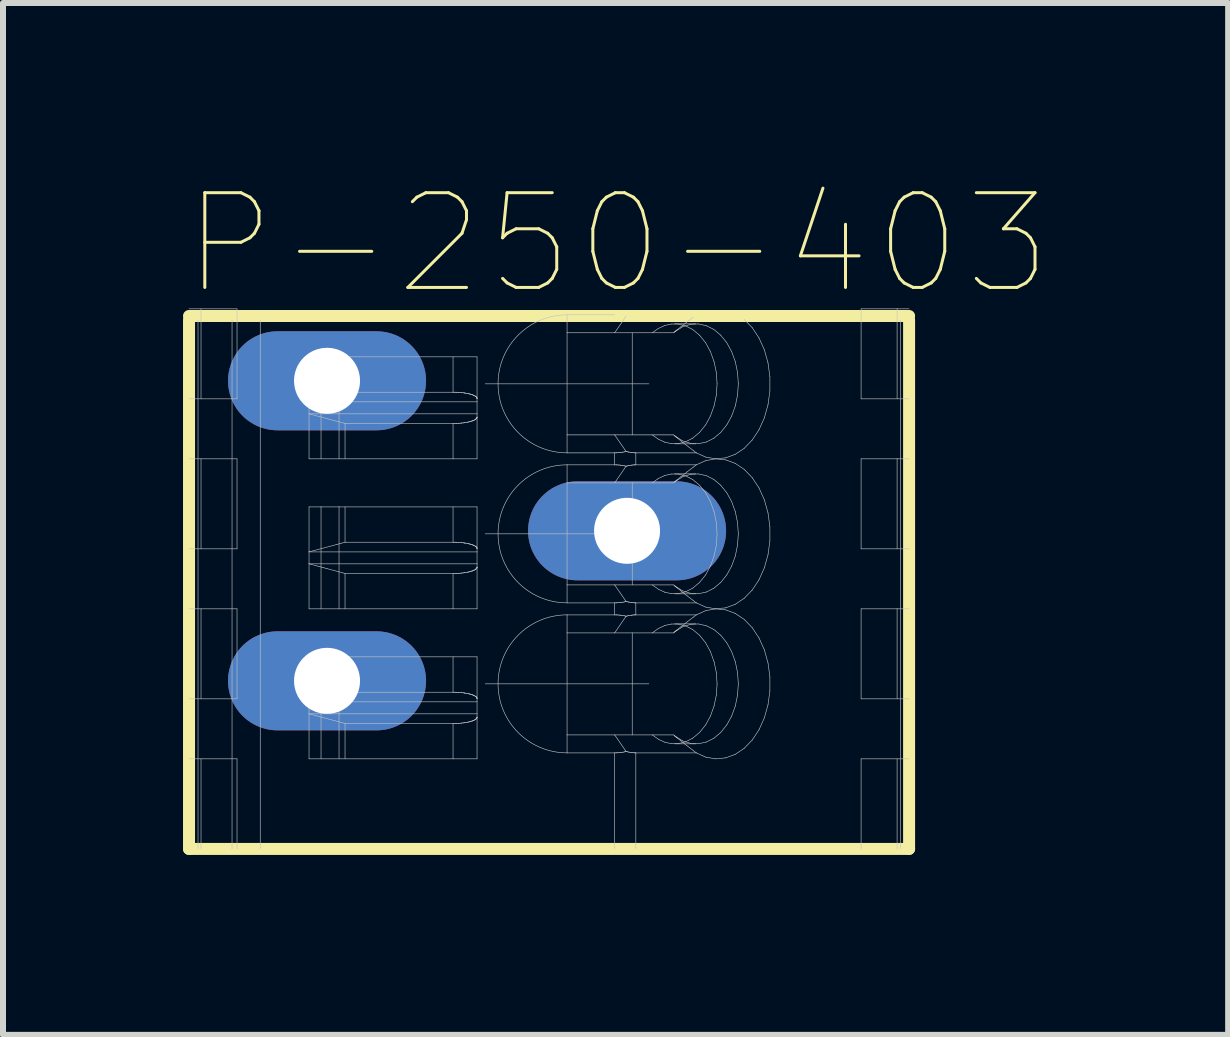
<source format=kicad_pcb>
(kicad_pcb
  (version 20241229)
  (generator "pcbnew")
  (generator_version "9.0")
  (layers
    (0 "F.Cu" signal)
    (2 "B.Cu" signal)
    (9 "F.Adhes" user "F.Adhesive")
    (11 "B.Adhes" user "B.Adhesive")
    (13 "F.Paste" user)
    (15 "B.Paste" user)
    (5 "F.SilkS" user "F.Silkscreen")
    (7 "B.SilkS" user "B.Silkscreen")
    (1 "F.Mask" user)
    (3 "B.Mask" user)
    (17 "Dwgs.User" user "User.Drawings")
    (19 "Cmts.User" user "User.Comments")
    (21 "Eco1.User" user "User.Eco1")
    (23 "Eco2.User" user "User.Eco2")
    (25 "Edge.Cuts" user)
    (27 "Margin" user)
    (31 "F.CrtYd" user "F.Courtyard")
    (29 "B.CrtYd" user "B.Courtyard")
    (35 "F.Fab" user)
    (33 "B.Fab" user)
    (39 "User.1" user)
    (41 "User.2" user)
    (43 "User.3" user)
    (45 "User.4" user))
  (footprint "P-250-403"
    (layer "F.Cu")
    (at 6.1 2.282)
    (property "Reference" "P-250-403" (at 1.143 -1.27 0) (layer "F.SilkS") (effects (font (size 1.579 1.579) (thickness 0.05))))
    (attr through_hole)
    (fp_line (start -6 0) (end -6 8.815) (stroke (width 0.2) (type solid)) (layer "F.SilkS"))
    (fp_line (start -6 8.815) (end 6 8.815) (stroke (width 0.2) (type solid)) (layer "F.SilkS"))
    (fp_line (start 1.446 -0.066) (end -6 -0.066) (stroke (width 0.2) (type solid)) (layer "F.SilkS"))
    (fp_line (start 6 -0.066) (end 1.446 -0.066) (stroke (width 0.2) (type solid)) (layer "F.SilkS"))
    (fp_line (start 6 0) (end 6 8.815) (stroke (width 0.2) (type solid)) (layer "F.SilkS"))
    (fp_line (start -6 1.315) (end -5.2 1.315) (stroke (width 0.01) (type solid)) (layer "Dwgs.User"))
    (fp_line (start -6 3.814) (end -5.2 3.814) (stroke (width 0.01) (type solid)) (layer "Dwgs.User"))
    (fp_line (start -6 6.314) (end -5.2 6.314) (stroke (width 0.01) (type solid)) (layer "Dwgs.User"))
    (fp_line (start -5.85 0) (end -5.85 8.815) (stroke (width 0.01) (type solid)) (layer "Dwgs.User"))
    (fp_line (start -5.8 -0.185) (end -5.8 1.315) (stroke (width 0.01) (type solid)) (layer "Dwgs.User"))
    (fp_line (start -5.8 2.314) (end -5.8 3.814) (stroke (width 0.01) (type solid)) (layer "Dwgs.User"))
    (fp_line (start -5.8 4.814) (end -5.8 6.314) (stroke (width 0.01) (type solid)) (layer "Dwgs.User"))
    (fp_line (start -5.8 7.314) (end -5.8 8.815) (stroke (width 0.01) (type solid)) (layer "Dwgs.User"))
    (fp_line (start -5.283 0) (end -5.283 8.815) (stroke (width 0.01) (type solid)) (layer "Dwgs.User"))
    (fp_line (start -5.2 -0.185) (end -6 -0.185) (stroke (width 0.01) (type solid)) (layer "Dwgs.User"))
    (fp_line (start -5.2 -0.185) (end -5.2 1.315) (stroke (width 0.01) (type solid)) (layer "Dwgs.User"))
    (fp_line (start -5.2 2.314) (end -6 2.314) (stroke (width 0.01) (type solid)) (layer "Dwgs.User"))
    (fp_line (start -5.2 2.314) (end -5.2 3.814) (stroke (width 0.01) (type solid)) (layer "Dwgs.User"))
    (fp_line (start -5.2 4.814) (end -6 4.814) (stroke (width 0.01) (type solid)) (layer "Dwgs.User"))
    (fp_line (start -5.2 4.814) (end -5.2 6.314) (stroke (width 0.01) (type solid)) (layer "Dwgs.User"))
    (fp_line (start -5.2 7.314) (end -6 7.314) (stroke (width 0.01) (type solid)) (layer "Dwgs.User"))
    (fp_line (start -5.2 7.314) (end -5.2 8.815) (stroke (width 0.01) (type solid)) (layer "Dwgs.User"))
    (fp_line (start -4.813 0) (end -4.813 8.815) (stroke (width 0.01) (type solid)) (layer "Dwgs.User"))
    (fp_line (start -4 1.365) (end -4 0.615) (stroke (width 0.01) (type solid)) (layer "Dwgs.User"))
    (fp_line (start -4 1.365) (end -3.4 1.204) (stroke (width 0.01) (type solid)) (layer "Dwgs.User"))
    (fp_line (start -4 1.565) (end -4 1.365) (stroke (width 0.01) (type solid)) (layer "Dwgs.User"))
    (fp_line (start -4 2.314) (end -4 1.565) (stroke (width 0.01) (type solid)) (layer "Dwgs.User"))
    (fp_line (start -4 3.865) (end -4 3.115) (stroke (width 0.01) (type solid)) (layer "Dwgs.User"))
    (fp_line (start -4 3.865) (end -3.4 3.704) (stroke (width 0.01) (type solid)) (layer "Dwgs.User"))
    (fp_line (start -4 4.064) (end -4 3.865) (stroke (width 0.01) (type solid)) (layer "Dwgs.User"))
    (fp_line (start -4 4.814) (end -4 4.064) (stroke (width 0.01) (type solid)) (layer "Dwgs.User"))
    (fp_line (start -4 6.364) (end -4 5.614) (stroke (width 0.01) (type solid)) (layer "Dwgs.User"))
    (fp_line (start -4 6.364) (end -3.4 6.204) (stroke (width 0.01) (type solid)) (layer "Dwgs.User"))
    (fp_line (start -4 6.564) (end -4 6.364) (stroke (width 0.01) (type solid)) (layer "Dwgs.User"))
    (fp_line (start -4 7.314) (end -4 6.564) (stroke (width 0.01) (type solid)) (layer "Dwgs.User"))
    (fp_line (start -3.9 0.639) (end -3.9 1.389) (stroke (width 0.01) (type solid)) (layer "Dwgs.User"))
    (fp_line (start -3.9 5.639) (end -3.9 6.389) (stroke (width 0.01) (type solid)) (layer "Dwgs.User"))
    (fp_line (start -3.8 0.615) (end -4 0.615) (stroke (width 0.01) (type solid)) (layer "Dwgs.User"))
    (fp_line (start -3.8 2.314) (end -3.8 0.615) (stroke (width 0.01) (type solid)) (layer "Dwgs.User"))
    (fp_line (start -3.8 3.115) (end -4 3.115) (stroke (width 0.01) (type solid)) (layer "Dwgs.User"))
    (fp_line (start -3.8 4.814) (end -3.8 3.115) (stroke (width 0.01) (type solid)) (layer "Dwgs.User"))
    (fp_line (start -3.8 5.614) (end -4 5.614) (stroke (width 0.01) (type solid)) (layer "Dwgs.User"))
    (fp_line (start -3.8 7.314) (end -3.8 5.614) (stroke (width 0.01) (type solid)) (layer "Dwgs.User"))
    (fp_line (start -3.5 0.615) (end -3.8 0.615) (stroke (width 0.01) (type solid)) (layer "Dwgs.User"))
    (fp_line (start -3.5 0.639) (end -3.9 0.639) (stroke (width 0.01) (type solid)) (layer "Dwgs.User"))
    (fp_line (start -3.5 1.389) (end -3.9 1.389) (stroke (width 0.01) (type solid)) (layer "Dwgs.User"))
    (fp_line (start -3.5 2.314) (end -3.5 0.615) (stroke (width 0.01) (type solid)) (layer "Dwgs.User"))
    (fp_line (start -3.5 3.115) (end -3.8 3.115) (stroke (width 0.01) (type solid)) (layer "Dwgs.User"))
    (fp_line (start -3.5 4.814) (end -3.5 3.115) (stroke (width 0.01) (type solid)) (layer "Dwgs.User"))
    (fp_line (start -3.5 5.614) (end -3.8 5.614) (stroke (width 0.01) (type solid)) (layer "Dwgs.User"))
    (fp_line (start -3.5 5.639) (end -3.9 5.639) (stroke (width 0.01) (type solid)) (layer "Dwgs.User"))
    (fp_line (start -3.5 6.389) (end -3.9 6.389) (stroke (width 0.01) (type solid)) (layer "Dwgs.User"))
    (fp_line (start -3.5 7.314) (end -3.5 5.614) (stroke (width 0.01) (type solid)) (layer "Dwgs.User"))
    (fp_line (start -3.4 1.204) (end -3.4 0.615) (stroke (width 0.01) (type solid)) (layer "Dwgs.User"))
    (fp_line (start -3.4 1.204) (end -1.6 1.204) (stroke (width 0.01) (type solid)) (layer "Dwgs.User"))
    (fp_line (start -3.4 1.725) (end -4 1.565) (stroke (width 0.01) (type solid)) (layer "Dwgs.User"))
    (fp_line (start -3.4 2.314) (end -3.4 1.725) (stroke (width 0.01) (type solid)) (layer "Dwgs.User"))
    (fp_line (start -3.4 3.704) (end -3.4 3.115) (stroke (width 0.01) (type solid)) (layer "Dwgs.User"))
    (fp_line (start -3.4 3.704) (end -1.6 3.704) (stroke (width 0.01) (type solid)) (layer "Dwgs.User"))
    (fp_line (start -3.4 4.225) (end -4 4.064) (stroke (width 0.01) (type solid)) (layer "Dwgs.User"))
    (fp_line (start -3.4 4.814) (end -3.4 4.225) (stroke (width 0.01) (type solid)) (layer "Dwgs.User"))
    (fp_line (start -3.4 6.204) (end -3.4 5.614) (stroke (width 0.01) (type solid)) (layer "Dwgs.User"))
    (fp_line (start -3.4 6.204) (end -1.6 6.204) (stroke (width 0.01) (type solid)) (layer "Dwgs.User"))
    (fp_line (start -3.4 6.725) (end -4 6.564) (stroke (width 0.01) (type solid)) (layer "Dwgs.User"))
    (fp_line (start -3.4 7.314) (end -3.4 6.725) (stroke (width 0.01) (type solid)) (layer "Dwgs.User"))
    (fp_line (start -1.6 1.204) (end -1.6 0.615) (stroke (width 0.01) (type solid)) (layer "Dwgs.User"))
    (fp_line (start -1.6 1.725) (end -3.4 1.725) (stroke (width 0.01) (type solid)) (layer "Dwgs.User"))
    (fp_line (start -1.6 1.725) (end -1.597 1.725) (stroke (width 0.01) (type solid)) (layer "Dwgs.User"))
    (fp_line (start -1.6 2.314) (end -4 2.314) (stroke (width 0.01) (type solid)) (layer "Dwgs.User"))
    (fp_line (start -1.6 2.314) (end -1.6 1.725) (stroke (width 0.01) (type solid)) (layer "Dwgs.User"))
    (fp_line (start -1.6 3.704) (end -1.6 3.115) (stroke (width 0.01) (type solid)) (layer "Dwgs.User"))
    (fp_line (start -1.6 4.225) (end -3.4 4.225) (stroke (width 0.01) (type solid)) (layer "Dwgs.User"))
    (fp_line (start -1.6 4.225) (end -1.597 4.225) (stroke (width 0.01) (type solid)) (layer "Dwgs.User"))
    (fp_line (start -1.6 4.814) (end -4 4.814) (stroke (width 0.01) (type solid)) (layer "Dwgs.User"))
    (fp_line (start -1.6 4.814) (end -1.6 4.225) (stroke (width 0.01) (type solid)) (layer "Dwgs.User"))
    (fp_line (start -1.6 6.204) (end -1.6 5.614) (stroke (width 0.01) (type solid)) (layer "Dwgs.User"))
    (fp_line (start -1.6 6.725) (end -3.4 6.725) (stroke (width 0.01) (type solid)) (layer "Dwgs.User"))
    (fp_line (start -1.6 6.725) (end -1.597 6.725) (stroke (width 0.01) (type solid)) (layer "Dwgs.User"))
    (fp_line (start -1.6 7.314) (end -4 7.314) (stroke (width 0.01) (type solid)) (layer "Dwgs.User"))
    (fp_line (start -1.6 7.314) (end -1.6 6.725) (stroke (width 0.01) (type solid)) (layer "Dwgs.User"))
    (fp_line (start -1.597 1.204) (end -1.6 1.204) (stroke (width 0.01) (type solid)) (layer "Dwgs.User"))
    (fp_line (start -1.597 1.725) (end -1.591 1.725) (stroke (width 0.01) (type solid)) (layer "Dwgs.User"))
    (fp_line (start -1.597 3.704) (end -1.6 3.704) (stroke (width 0.01) (type solid)) (layer "Dwgs.User"))
    (fp_line (start -1.597 4.225) (end -1.591 4.225) (stroke (width 0.01) (type solid)) (layer "Dwgs.User"))
    (fp_line (start -1.597 6.204) (end -1.6 6.204) (stroke (width 0.01) (type solid)) (layer "Dwgs.User"))
    (fp_line (start -1.597 6.725) (end -1.591 6.725) (stroke (width 0.01) (type solid)) (layer "Dwgs.User"))
    (fp_line (start -1.591 1.204) (end -1.597 1.204) (stroke (width 0.01) (type solid)) (layer "Dwgs.User"))
    (fp_line (start -1.591 1.725) (end -1.583 1.725) (stroke (width 0.01) (type solid)) (layer "Dwgs.User"))
    (fp_line (start -1.591 3.704) (end -1.597 3.704) (stroke (width 0.01) (type solid)) (layer "Dwgs.User"))
    (fp_line (start -1.591 4.225) (end -1.583 4.225) (stroke (width 0.01) (type solid)) (layer "Dwgs.User"))
    (fp_line (start -1.591 6.204) (end -1.597 6.204) (stroke (width 0.01) (type solid)) (layer "Dwgs.User"))
    (fp_line (start -1.591 6.725) (end -1.583 6.725) (stroke (width 0.01) (type solid)) (layer "Dwgs.User"))
    (fp_line (start -1.583 1.204) (end -1.591 1.204) (stroke (width 0.01) (type solid)) (layer "Dwgs.User"))
    (fp_line (start -1.583 1.725) (end -1.58 1.725) (stroke (width 0.01) (type solid)) (layer "Dwgs.User"))
    (fp_line (start -1.583 3.704) (end -1.591 3.704) (stroke (width 0.01) (type solid)) (layer "Dwgs.User"))
    (fp_line (start -1.583 4.225) (end -1.58 4.225) (stroke (width 0.01) (type solid)) (layer "Dwgs.User"))
    (fp_line (start -1.583 6.204) (end -1.591 6.204) (stroke (width 0.01) (type solid)) (layer "Dwgs.User"))
    (fp_line (start -1.583 6.725) (end -1.58 6.725) (stroke (width 0.01) (type solid)) (layer "Dwgs.User"))
    (fp_line (start -1.58 1.204) (end -1.583 1.204) (stroke (width 0.01) (type solid)) (layer "Dwgs.User"))
    (fp_line (start -1.58 1.725) (end -1.562 1.725) (stroke (width 0.01) (type solid)) (layer "Dwgs.User"))
    (fp_line (start -1.58 3.704) (end -1.583 3.704) (stroke (width 0.01) (type solid)) (layer "Dwgs.User"))
    (fp_line (start -1.58 4.225) (end -1.562 4.225) (stroke (width 0.01) (type solid)) (layer "Dwgs.User"))
    (fp_line (start -1.58 6.204) (end -1.583 6.204) (stroke (width 0.01) (type solid)) (layer "Dwgs.User"))
    (fp_line (start -1.58 6.725) (end -1.562 6.725) (stroke (width 0.01) (type solid)) (layer "Dwgs.User"))
    (fp_line (start -1.562 1.204) (end -1.58 1.204) (stroke (width 0.01) (type solid)) (layer "Dwgs.User"))
    (fp_line (start -1.562 1.725) (end -1.556 1.725) (stroke (width 0.01) (type solid)) (layer "Dwgs.User"))
    (fp_line (start -1.562 3.704) (end -1.58 3.704) (stroke (width 0.01) (type solid)) (layer "Dwgs.User"))
    (fp_line (start -1.562 4.225) (end -1.556 4.225) (stroke (width 0.01) (type solid)) (layer "Dwgs.User"))
    (fp_line (start -1.562 6.204) (end -1.58 6.204) (stroke (width 0.01) (type solid)) (layer "Dwgs.User"))
    (fp_line (start -1.562 6.725) (end -1.556 6.725) (stroke (width 0.01) (type solid)) (layer "Dwgs.User"))
    (fp_line (start -1.556 1.204) (end -1.562 1.204) (stroke (width 0.01) (type solid)) (layer "Dwgs.User"))
    (fp_line (start -1.556 1.725) (end -1.551 1.724) (stroke (width 0.01) (type solid)) (layer "Dwgs.User"))
    (fp_line (start -1.556 3.704) (end -1.562 3.704) (stroke (width 0.01) (type solid)) (layer "Dwgs.User"))
    (fp_line (start -1.556 4.225) (end -1.551 4.224) (stroke (width 0.01) (type solid)) (layer "Dwgs.User"))
    (fp_line (start -1.556 6.204) (end -1.562 6.204) (stroke (width 0.01) (type solid)) (layer "Dwgs.User"))
    (fp_line (start -1.556 6.725) (end -1.551 6.724) (stroke (width 0.01) (type solid)) (layer "Dwgs.User"))
    (fp_line (start -1.551 1.204) (end -1.556 1.204) (stroke (width 0.01) (type solid)) (layer "Dwgs.User"))
    (fp_line (start -1.551 1.724) (end -1.548 1.724) (stroke (width 0.01) (type solid)) (layer "Dwgs.User"))
    (fp_line (start -1.551 3.704) (end -1.556 3.704) (stroke (width 0.01) (type solid)) (layer "Dwgs.User"))
    (fp_line (start -1.551 4.224) (end -1.548 4.224) (stroke (width 0.01) (type solid)) (layer "Dwgs.User"))
    (fp_line (start -1.551 6.205) (end -1.556 6.204) (stroke (width 0.01) (type solid)) (layer "Dwgs.User"))
    (fp_line (start -1.551 6.724) (end -1.548 6.724) (stroke (width 0.01) (type solid)) (layer "Dwgs.User"))
    (fp_line (start -1.548 1.205) (end -1.551 1.204) (stroke (width 0.01) (type solid)) (layer "Dwgs.User"))
    (fp_line (start -1.548 1.724) (end -1.545 1.724) (stroke (width 0.01) (type solid)) (layer "Dwgs.User"))
    (fp_line (start -1.548 3.705) (end -1.551 3.704) (stroke (width 0.01) (type solid)) (layer "Dwgs.User"))
    (fp_line (start -1.548 4.224) (end -1.545 4.224) (stroke (width 0.01) (type solid)) (layer "Dwgs.User"))
    (fp_line (start -1.548 6.205) (end -1.551 6.205) (stroke (width 0.01) (type solid)) (layer "Dwgs.User"))
    (fp_line (start -1.548 6.724) (end -1.545 6.724) (stroke (width 0.01) (type solid)) (layer "Dwgs.User"))
    (fp_line (start -1.545 1.205) (end -1.548 1.205) (stroke (width 0.01) (type solid)) (layer "Dwgs.User"))
    (fp_line (start -1.545 1.724) (end -1.539 1.724) (stroke (width 0.01) (type solid)) (layer "Dwgs.User"))
    (fp_line (start -1.545 3.705) (end -1.548 3.705) (stroke (width 0.01) (type solid)) (layer "Dwgs.User"))
    (fp_line (start -1.545 4.224) (end -1.539 4.224) (stroke (width 0.01) (type solid)) (layer "Dwgs.User"))
    (fp_line (start -1.545 6.205) (end -1.548 6.205) (stroke (width 0.01) (type solid)) (layer "Dwgs.User"))
    (fp_line (start -1.545 6.724) (end -1.539 6.724) (stroke (width 0.01) (type solid)) (layer "Dwgs.User"))
    (fp_line (start -1.539 1.205) (end -1.545 1.205) (stroke (width 0.01) (type solid)) (layer "Dwgs.User"))
    (fp_line (start -1.539 1.724) (end -1.533 1.724) (stroke (width 0.01) (type solid)) (layer "Dwgs.User"))
    (fp_line (start -1.539 3.705) (end -1.545 3.705) (stroke (width 0.01) (type solid)) (layer "Dwgs.User"))
    (fp_line (start -1.539 4.224) (end -1.533 4.224) (stroke (width 0.01) (type solid)) (layer "Dwgs.User"))
    (fp_line (start -1.539 6.205) (end -1.545 6.205) (stroke (width 0.01) (type solid)) (layer "Dwgs.User"))
    (fp_line (start -1.539 6.724) (end -1.533 6.724) (stroke (width 0.01) (type solid)) (layer "Dwgs.User"))
    (fp_line (start -1.533 1.205) (end -1.539 1.205) (stroke (width 0.01) (type solid)) (layer "Dwgs.User"))
    (fp_line (start -1.533 1.724) (end -1.516 1.723) (stroke (width 0.01) (type solid)) (layer "Dwgs.User"))
    (fp_line (start -1.533 3.705) (end -1.539 3.705) (stroke (width 0.01) (type solid)) (layer "Dwgs.User"))
    (fp_line (start -1.533 4.224) (end -1.516 4.223) (stroke (width 0.01) (type solid)) (layer "Dwgs.User"))
    (fp_line (start -1.533 6.205) (end -1.539 6.205) (stroke (width 0.01) (type solid)) (layer "Dwgs.User"))
    (fp_line (start -1.533 6.724) (end -1.516 6.723) (stroke (width 0.01) (type solid)) (layer "Dwgs.User"))
    (fp_line (start -1.516 1.206) (end -1.533 1.205) (stroke (width 0.01) (type solid)) (layer "Dwgs.User"))
    (fp_line (start -1.516 1.723) (end -1.513 1.723) (stroke (width 0.01) (type solid)) (layer "Dwgs.User"))
    (fp_line (start -1.516 3.706) (end -1.533 3.705) (stroke (width 0.01) (type solid)) (layer "Dwgs.User"))
    (fp_line (start -1.516 4.223) (end -1.513 4.223) (stroke (width 0.01) (type solid)) (layer "Dwgs.User"))
    (fp_line (start -1.516 6.206) (end -1.533 6.205) (stroke (width 0.01) (type solid)) (layer "Dwgs.User"))
    (fp_line (start -1.516 6.723) (end -1.513 6.723) (stroke (width 0.01) (type solid)) (layer "Dwgs.User"))
    (fp_line (start -1.513 1.206) (end -1.516 1.206) (stroke (width 0.01) (type solid)) (layer "Dwgs.User"))
    (fp_line (start -1.513 1.723) (end -1.511 1.723) (stroke (width 0.01) (type solid)) (layer "Dwgs.User"))
    (fp_line (start -1.513 3.706) (end -1.516 3.706) (stroke (width 0.01) (type solid)) (layer "Dwgs.User"))
    (fp_line (start -1.513 4.223) (end -1.511 4.223) (stroke (width 0.01) (type solid)) (layer "Dwgs.User"))
    (fp_line (start -1.513 6.206) (end -1.516 6.206) (stroke (width 0.01) (type solid)) (layer "Dwgs.User"))
    (fp_line (start -1.513 6.723) (end -1.511 6.723) (stroke (width 0.01) (type solid)) (layer "Dwgs.User"))
    (fp_line (start -1.511 1.206) (end -1.513 1.206) (stroke (width 0.01) (type solid)) (layer "Dwgs.User"))
    (fp_line (start -1.511 1.723) (end -1.505 1.722) (stroke (width 0.01) (type solid)) (layer "Dwgs.User"))
    (fp_line (start -1.511 3.706) (end -1.513 3.706) (stroke (width 0.01) (type solid)) (layer "Dwgs.User"))
    (fp_line (start -1.511 4.223) (end -1.505 4.222) (stroke (width 0.01) (type solid)) (layer "Dwgs.User"))
    (fp_line (start -1.511 6.206) (end -1.513 6.206) (stroke (width 0.01) (type solid)) (layer "Dwgs.User"))
    (fp_line (start -1.511 6.723) (end -1.505 6.722) (stroke (width 0.01) (type solid)) (layer "Dwgs.User"))
    (fp_line (start -1.505 1.207) (end -1.511 1.206) (stroke (width 0.01) (type solid)) (layer "Dwgs.User"))
    (fp_line (start -1.505 1.722) (end -1.488 1.721) (stroke (width 0.01) (type solid)) (layer "Dwgs.User"))
    (fp_line (start -1.505 3.707) (end -1.511 3.706) (stroke (width 0.01) (type solid)) (layer "Dwgs.User"))
    (fp_line (start -1.505 4.222) (end -1.488 4.221) (stroke (width 0.01) (type solid)) (layer "Dwgs.User"))
    (fp_line (start -1.505 6.207) (end -1.511 6.206) (stroke (width 0.01) (type solid)) (layer "Dwgs.User"))
    (fp_line (start -1.505 6.722) (end -1.488 6.721) (stroke (width 0.01) (type solid)) (layer "Dwgs.User"))
    (fp_line (start -1.488 1.208) (end -1.505 1.207) (stroke (width 0.01) (type solid)) (layer "Dwgs.User"))
    (fp_line (start -1.488 1.721) (end -1.482 1.72) (stroke (width 0.01) (type solid)) (layer "Dwgs.User"))
    (fp_line (start -1.488 3.708) (end -1.505 3.707) (stroke (width 0.01) (type solid)) (layer "Dwgs.User"))
    (fp_line (start -1.488 4.221) (end -1.482 4.221) (stroke (width 0.01) (type solid)) (layer "Dwgs.User"))
    (fp_line (start -1.488 6.208) (end -1.505 6.207) (stroke (width 0.01) (type solid)) (layer "Dwgs.User"))
    (fp_line (start -1.488 6.721) (end -1.482 6.721) (stroke (width 0.01) (type solid)) (layer "Dwgs.User"))
    (fp_line (start -1.482 1.208) (end -1.488 1.208) (stroke (width 0.01) (type solid)) (layer "Dwgs.User"))
    (fp_line (start -1.482 1.72) (end -1.477 1.72) (stroke (width 0.01) (type solid)) (layer "Dwgs.User"))
    (fp_line (start -1.482 3.708) (end -1.488 3.708) (stroke (width 0.01) (type solid)) (layer "Dwgs.User"))
    (fp_line (start -1.482 4.221) (end -1.477 4.22) (stroke (width 0.01) (type solid)) (layer "Dwgs.User"))
    (fp_line (start -1.482 6.208) (end -1.488 6.208) (stroke (width 0.01) (type solid)) (layer "Dwgs.User"))
    (fp_line (start -1.482 6.721) (end -1.477 6.72) (stroke (width 0.01) (type solid)) (layer "Dwgs.User"))
    (fp_line (start -1.477 1.209) (end -1.482 1.208) (stroke (width 0.01) (type solid)) (layer "Dwgs.User"))
    (fp_line (start -1.477 1.72) (end -1.466 1.719) (stroke (width 0.01) (type solid)) (layer "Dwgs.User"))
    (fp_line (start -1.477 3.709) (end -1.482 3.708) (stroke (width 0.01) (type solid)) (layer "Dwgs.User"))
    (fp_line (start -1.477 4.22) (end -1.466 4.219) (stroke (width 0.01) (type solid)) (layer "Dwgs.User"))
    (fp_line (start -1.477 6.209) (end -1.482 6.208) (stroke (width 0.01) (type solid)) (layer "Dwgs.User"))
    (fp_line (start -1.477 6.72) (end -1.466 6.719) (stroke (width 0.01) (type solid)) (layer "Dwgs.User"))
    (fp_line (start -1.466 1.21) (end -1.477 1.209) (stroke (width 0.01) (type solid)) (layer "Dwgs.User"))
    (fp_line (start -1.466 1.719) (end -1.46 1.718) (stroke (width 0.01) (type solid)) (layer "Dwgs.User"))
    (fp_line (start -1.466 3.71) (end -1.477 3.709) (stroke (width 0.01) (type solid)) (layer "Dwgs.User"))
    (fp_line (start -1.466 4.219) (end -1.46 4.218) (stroke (width 0.01) (type solid)) (layer "Dwgs.User"))
    (fp_line (start -1.466 6.21) (end -1.477 6.209) (stroke (width 0.01) (type solid)) (layer "Dwgs.User"))
    (fp_line (start -1.466 6.719) (end -1.46 6.718) (stroke (width 0.01) (type solid)) (layer "Dwgs.User"))
    (fp_line (start -1.46 1.21) (end -1.466 1.21) (stroke (width 0.01) (type solid)) (layer "Dwgs.User"))
    (fp_line (start -1.46 1.718) (end -1.455 1.718) (stroke (width 0.01) (type solid)) (layer "Dwgs.User"))
    (fp_line (start -1.46 3.711) (end -1.466 3.71) (stroke (width 0.01) (type solid)) (layer "Dwgs.User"))
    (fp_line (start -1.46 4.218) (end -1.455 4.218) (stroke (width 0.01) (type solid)) (layer "Dwgs.User"))
    (fp_line (start -1.46 6.21) (end -1.466 6.21) (stroke (width 0.01) (type solid)) (layer "Dwgs.User"))
    (fp_line (start -1.46 6.718) (end -1.455 6.718) (stroke (width 0.01) (type solid)) (layer "Dwgs.User"))
    (fp_line (start -1.455 1.211) (end -1.46 1.21) (stroke (width 0.01) (type solid)) (layer "Dwgs.User"))
    (fp_line (start -1.455 1.718) (end -1.444 1.717) (stroke (width 0.01) (type solid)) (layer "Dwgs.User"))
    (fp_line (start -1.455 3.711) (end -1.46 3.711) (stroke (width 0.01) (type solid)) (layer "Dwgs.User"))
    (fp_line (start -1.455 4.218) (end -1.444 4.217) (stroke (width 0.01) (type solid)) (layer "Dwgs.User"))
    (fp_line (start -1.455 6.211) (end -1.46 6.21) (stroke (width 0.01) (type solid)) (layer "Dwgs.User"))
    (fp_line (start -1.455 6.718) (end -1.444 6.717) (stroke (width 0.01) (type solid)) (layer "Dwgs.User"))
    (fp_line (start -1.444 1.212) (end -1.455 1.211) (stroke (width 0.01) (type solid)) (layer "Dwgs.User"))
    (fp_line (start -1.444 1.717) (end -1.434 1.716) (stroke (width 0.01) (type solid)) (layer "Dwgs.User"))
    (fp_line (start -1.444 3.712) (end -1.455 3.711) (stroke (width 0.01) (type solid)) (layer "Dwgs.User"))
    (fp_line (start -1.444 4.217) (end -1.434 4.216) (stroke (width 0.01) (type solid)) (layer "Dwgs.User"))
    (fp_line (start -1.444 6.212) (end -1.455 6.211) (stroke (width 0.01) (type solid)) (layer "Dwgs.User"))
    (fp_line (start -1.444 6.717) (end -1.434 6.716) (stroke (width 0.01) (type solid)) (layer "Dwgs.User"))
    (fp_line (start -1.434 1.213) (end -1.444 1.212) (stroke (width 0.01) (type solid)) (layer "Dwgs.User"))
    (fp_line (start -1.434 1.716) (end -1.428 1.715) (stroke (width 0.01) (type solid)) (layer "Dwgs.User"))
    (fp_line (start -1.434 3.713) (end -1.444 3.712) (stroke (width 0.01) (type solid)) (layer "Dwgs.User"))
    (fp_line (start -1.434 4.216) (end -1.428 4.215) (stroke (width 0.01) (type solid)) (layer "Dwgs.User"))
    (fp_line (start -1.434 6.213) (end -1.444 6.212) (stroke (width 0.01) (type solid)) (layer "Dwgs.User"))
    (fp_line (start -1.434 6.716) (end -1.428 6.715) (stroke (width 0.01) (type solid)) (layer "Dwgs.User"))
    (fp_line (start -1.428 1.214) (end -1.434 1.213) (stroke (width 0.01) (type solid)) (layer "Dwgs.User"))
    (fp_line (start -1.428 1.715) (end -1.418 1.714) (stroke (width 0.01) (type solid)) (layer "Dwgs.User"))
    (fp_line (start -1.428 3.714) (end -1.434 3.713) (stroke (width 0.01) (type solid)) (layer "Dwgs.User"))
    (fp_line (start -1.428 4.215) (end -1.418 4.213) (stroke (width 0.01) (type solid)) (layer "Dwgs.User"))
    (fp_line (start -1.428 6.214) (end -1.434 6.213) (stroke (width 0.01) (type solid)) (layer "Dwgs.User"))
    (fp_line (start -1.428 6.715) (end -1.418 6.713) (stroke (width 0.01) (type solid)) (layer "Dwgs.User"))
    (fp_line (start -1.418 1.216) (end -1.428 1.214) (stroke (width 0.01) (type solid)) (layer "Dwgs.User"))
    (fp_line (start -1.418 1.714) (end -1.415 1.713) (stroke (width 0.01) (type solid)) (layer "Dwgs.User"))
    (fp_line (start -1.418 3.716) (end -1.428 3.714) (stroke (width 0.01) (type solid)) (layer "Dwgs.User"))
    (fp_line (start -1.418 4.213) (end -1.415 4.213) (stroke (width 0.01) (type solid)) (layer "Dwgs.User"))
    (fp_line (start -1.418 6.215) (end -1.428 6.214) (stroke (width 0.01) (type solid)) (layer "Dwgs.User"))
    (fp_line (start -1.418 6.713) (end -1.415 6.713) (stroke (width 0.01) (type solid)) (layer "Dwgs.User"))
    (fp_line (start -1.415 1.216) (end -1.418 1.216) (stroke (width 0.01) (type solid)) (layer "Dwgs.User"))
    (fp_line (start -1.415 1.713) (end -1.413 1.713) (stroke (width 0.01) (type solid)) (layer "Dwgs.User"))
    (fp_line (start -1.415 3.716) (end -1.418 3.716) (stroke (width 0.01) (type solid)) (layer "Dwgs.User"))
    (fp_line (start -1.415 4.213) (end -1.413 4.213) (stroke (width 0.01) (type solid)) (layer "Dwgs.User"))
    (fp_line (start -1.415 6.216) (end -1.418 6.215) (stroke (width 0.01) (type solid)) (layer "Dwgs.User"))
    (fp_line (start -1.415 6.713) (end -1.413 6.713) (stroke (width 0.01) (type solid)) (layer "Dwgs.User"))
    (fp_line (start -1.413 1.216) (end -1.415 1.216) (stroke (width 0.01) (type solid)) (layer "Dwgs.User"))
    (fp_line (start -1.413 1.713) (end -1.408 1.712) (stroke (width 0.01) (type solid)) (layer "Dwgs.User"))
    (fp_line (start -1.413 3.716) (end -1.415 3.716) (stroke (width 0.01) (type solid)) (layer "Dwgs.User"))
    (fp_line (start -1.413 4.213) (end -1.408 4.212) (stroke (width 0.01) (type solid)) (layer "Dwgs.User"))
    (fp_line (start -1.413 6.216) (end -1.415 6.216) (stroke (width 0.01) (type solid)) (layer "Dwgs.User"))
    (fp_line (start -1.413 6.713) (end -1.408 6.712) (stroke (width 0.01) (type solid)) (layer "Dwgs.User"))
    (fp_line (start -1.408 1.217) (end -1.413 1.216) (stroke (width 0.01) (type solid)) (layer "Dwgs.User"))
    (fp_line (start -1.408 1.712) (end -1.403 1.711) (stroke (width 0.01) (type solid)) (layer "Dwgs.User"))
    (fp_line (start -1.408 3.717) (end -1.413 3.716) (stroke (width 0.01) (type solid)) (layer "Dwgs.User"))
    (fp_line (start -1.408 4.212) (end -1.403 4.211) (stroke (width 0.01) (type solid)) (layer "Dwgs.User"))
    (fp_line (start -1.408 6.217) (end -1.413 6.216) (stroke (width 0.01) (type solid)) (layer "Dwgs.User"))
    (fp_line (start -1.408 6.712) (end -1.403 6.711) (stroke (width 0.01) (type solid)) (layer "Dwgs.User"))
    (fp_line (start -1.403 1.218) (end -1.408 1.217) (stroke (width 0.01) (type solid)) (layer "Dwgs.User"))
    (fp_line (start -1.403 1.711) (end -1.387 1.709) (stroke (width 0.01) (type solid)) (layer "Dwgs.User"))
    (fp_line (start -1.403 3.718) (end -1.408 3.717) (stroke (width 0.01) (type solid)) (layer "Dwgs.User"))
    (fp_line (start -1.403 4.211) (end -1.387 4.209) (stroke (width 0.01) (type solid)) (layer "Dwgs.User"))
    (fp_line (start -1.403 6.218) (end -1.408 6.217) (stroke (width 0.01) (type solid)) (layer "Dwgs.User"))
    (fp_line (start -1.403 6.711) (end -1.387 6.709) (stroke (width 0.01) (type solid)) (layer "Dwgs.User"))
    (fp_line (start -1.387 1.22) (end -1.403 1.218) (stroke (width 0.01) (type solid)) (layer "Dwgs.User"))
    (fp_line (start -1.387 1.709) (end -1.385 1.708) (stroke (width 0.01) (type solid)) (layer "Dwgs.User"))
    (fp_line (start -1.387 3.72) (end -1.403 3.718) (stroke (width 0.01) (type solid)) (layer "Dwgs.User"))
    (fp_line (start -1.387 4.209) (end -1.385 4.208) (stroke (width 0.01) (type solid)) (layer "Dwgs.User"))
    (fp_line (start -1.387 6.22) (end -1.403 6.218) (stroke (width 0.01) (type solid)) (layer "Dwgs.User"))
    (fp_line (start -1.387 6.709) (end -1.385 6.708) (stroke (width 0.01) (type solid)) (layer "Dwgs.User"))
    (fp_line (start -1.385 1.22) (end -1.387 1.22) (stroke (width 0.01) (type solid)) (layer "Dwgs.User"))
    (fp_line (start -1.385 1.708) (end -1.383 1.708) (stroke (width 0.01) (type solid)) (layer "Dwgs.User"))
    (fp_line (start -1.385 3.72) (end -1.387 3.72) (stroke (width 0.01) (type solid)) (layer "Dwgs.User"))
    (fp_line (start -1.385 4.208) (end -1.383 4.208) (stroke (width 0.01) (type solid)) (layer "Dwgs.User"))
    (fp_line (start -1.385 6.221) (end -1.387 6.22) (stroke (width 0.01) (type solid)) (layer "Dwgs.User"))
    (fp_line (start -1.385 6.708) (end -1.383 6.708) (stroke (width 0.01) (type solid)) (layer "Dwgs.User"))
    (fp_line (start -1.383 1.221) (end -1.385 1.22) (stroke (width 0.01) (type solid)) (layer "Dwgs.User"))
    (fp_line (start -1.383 1.708) (end -1.368 1.705) (stroke (width 0.01) (type solid)) (layer "Dwgs.User"))
    (fp_line (start -1.383 3.721) (end -1.385 3.72) (stroke (width 0.01) (type solid)) (layer "Dwgs.User"))
    (fp_line (start -1.383 4.208) (end -1.368 4.205) (stroke (width 0.01) (type solid)) (layer "Dwgs.User"))
    (fp_line (start -1.383 6.221) (end -1.385 6.221) (stroke (width 0.01) (type solid)) (layer "Dwgs.User"))
    (fp_line (start -1.383 6.708) (end -1.368 6.705) (stroke (width 0.01) (type solid)) (layer "Dwgs.User"))
    (fp_line (start -1.368 1.224) (end -1.383 1.221) (stroke (width 0.01) (type solid)) (layer "Dwgs.User"))
    (fp_line (start -1.368 1.705) (end -1.359 1.704) (stroke (width 0.01) (type solid)) (layer "Dwgs.User"))
    (fp_line (start -1.368 3.724) (end -1.383 3.721) (stroke (width 0.01) (type solid)) (layer "Dwgs.User"))
    (fp_line (start -1.368 4.205) (end -1.359 4.204) (stroke (width 0.01) (type solid)) (layer "Dwgs.User"))
    (fp_line (start -1.368 6.224) (end -1.383 6.221) (stroke (width 0.01) (type solid)) (layer "Dwgs.User"))
    (fp_line (start -1.368 6.705) (end -1.359 6.704) (stroke (width 0.01) (type solid)) (layer "Dwgs.User"))
    (fp_line (start -1.359 1.225) (end -1.368 1.224) (stroke (width 0.01) (type solid)) (layer "Dwgs.User"))
    (fp_line (start -1.359 1.704) (end -1.354 1.703) (stroke (width 0.01) (type solid)) (layer "Dwgs.User"))
    (fp_line (start -1.359 3.725) (end -1.368 3.724) (stroke (width 0.01) (type solid)) (layer "Dwgs.User"))
    (fp_line (start -1.359 4.204) (end -1.354 4.203) (stroke (width 0.01) (type solid)) (layer "Dwgs.User"))
    (fp_line (start -1.359 6.225) (end -1.368 6.224) (stroke (width 0.01) (type solid)) (layer "Dwgs.User"))
    (fp_line (start -1.359 6.704) (end -1.354 6.703) (stroke (width 0.01) (type solid)) (layer "Dwgs.User"))
    (fp_line (start -1.354 1.226) (end -1.359 1.225) (stroke (width 0.01) (type solid)) (layer "Dwgs.User"))
    (fp_line (start -1.354 1.703) (end -1.35 1.702) (stroke (width 0.01) (type solid)) (layer "Dwgs.User"))
    (fp_line (start -1.354 3.726) (end -1.359 3.725) (stroke (width 0.01) (type solid)) (layer "Dwgs.User"))
    (fp_line (start -1.354 4.203) (end -1.35 4.202) (stroke (width 0.01) (type solid)) (layer "Dwgs.User"))
    (fp_line (start -1.354 6.226) (end -1.359 6.225) (stroke (width 0.01) (type solid)) (layer "Dwgs.User"))
    (fp_line (start -1.354 6.703) (end -1.35 6.702) (stroke (width 0.01) (type solid)) (layer "Dwgs.User"))
    (fp_line (start -1.35 1.227) (end -1.354 1.226) (stroke (width 0.01) (type solid)) (layer "Dwgs.User"))
    (fp_line (start -1.35 1.702) (end -1.345 1.701) (stroke (width 0.01) (type solid)) (layer "Dwgs.User"))
    (fp_line (start -1.35 3.727) (end -1.354 3.726) (stroke (width 0.01) (type solid)) (layer "Dwgs.User"))
    (fp_line (start -1.35 4.202) (end -1.345 4.201) (stroke (width 0.01) (type solid)) (layer "Dwgs.User"))
    (fp_line (start -1.35 6.227) (end -1.354 6.226) (stroke (width 0.01) (type solid)) (layer "Dwgs.User"))
    (fp_line (start -1.35 6.702) (end -1.345 6.701) (stroke (width 0.01) (type solid)) (layer "Dwgs.User"))
    (fp_line (start -1.345 1.228) (end -1.35 1.227) (stroke (width 0.01) (type solid)) (layer "Dwgs.User"))
    (fp_line (start -1.345 1.701) (end -1.336 1.699) (stroke (width 0.01) (type solid)) (layer "Dwgs.User"))
    (fp_line (start -1.345 3.728) (end -1.35 3.727) (stroke (width 0.01) (type solid)) (layer "Dwgs.User"))
    (fp_line (start -1.345 4.201) (end -1.336 4.199) (stroke (width 0.01) (type solid)) (layer "Dwgs.User"))
    (fp_line (start -1.345 6.228) (end -1.35 6.227) (stroke (width 0.01) (type solid)) (layer "Dwgs.User"))
    (fp_line (start -1.345 6.701) (end -1.336 6.699) (stroke (width 0.01) (type solid)) (layer "Dwgs.User"))
    (fp_line (start -1.336 1.23) (end -1.345 1.228) (stroke (width 0.01) (type solid)) (layer "Dwgs.User"))
    (fp_line (start -1.336 1.699) (end -1.332 1.698) (stroke (width 0.01) (type solid)) (layer "Dwgs.User"))
    (fp_line (start -1.336 3.73) (end -1.345 3.728) (stroke (width 0.01) (type solid)) (layer "Dwgs.User"))
    (fp_line (start -1.336 4.199) (end -1.332 4.198) (stroke (width 0.01) (type solid)) (layer "Dwgs.User"))
    (fp_line (start -1.336 6.23) (end -1.345 6.228) (stroke (width 0.01) (type solid)) (layer "Dwgs.User"))
    (fp_line (start -1.336 6.699) (end -1.332 6.698) (stroke (width 0.01) (type solid)) (layer "Dwgs.User"))
    (fp_line (start -1.332 1.231) (end -1.336 1.23) (stroke (width 0.01) (type solid)) (layer "Dwgs.User"))
    (fp_line (start -1.332 1.698) (end -1.33 1.697) (stroke (width 0.01) (type solid)) (layer "Dwgs.User"))
    (fp_line (start -1.332 3.731) (end -1.336 3.73) (stroke (width 0.01) (type solid)) (layer "Dwgs.User"))
    (fp_line (start -1.332 4.198) (end -1.33 4.197) (stroke (width 0.01) (type solid)) (layer "Dwgs.User"))
    (fp_line (start -1.332 6.231) (end -1.336 6.23) (stroke (width 0.01) (type solid)) (layer "Dwgs.User"))
    (fp_line (start -1.332 6.698) (end -1.33 6.697) (stroke (width 0.01) (type solid)) (layer "Dwgs.User"))
    (fp_line (start -1.33 1.232) (end -1.332 1.231) (stroke (width 0.01) (type solid)) (layer "Dwgs.User"))
    (fp_line (start -1.33 1.697) (end -1.328 1.697) (stroke (width 0.01) (type solid)) (layer "Dwgs.User"))
    (fp_line (start -1.33 3.732) (end -1.332 3.731) (stroke (width 0.01) (type solid)) (layer "Dwgs.User"))
    (fp_line (start -1.33 4.197) (end -1.328 4.197) (stroke (width 0.01) (type solid)) (layer "Dwgs.User"))
    (fp_line (start -1.33 6.232) (end -1.332 6.231) (stroke (width 0.01) (type solid)) (layer "Dwgs.User"))
    (fp_line (start -1.33 6.697) (end -1.328 6.697) (stroke (width 0.01) (type solid)) (layer "Dwgs.User"))
    (fp_line (start -1.328 1.232) (end -1.33 1.232) (stroke (width 0.01) (type solid)) (layer "Dwgs.User"))
    (fp_line (start -1.328 1.697) (end -1.319 1.694) (stroke (width 0.01) (type solid)) (layer "Dwgs.User"))
    (fp_line (start -1.328 3.732) (end -1.33 3.732) (stroke (width 0.01) (type solid)) (layer "Dwgs.User"))
    (fp_line (start -1.328 4.197) (end -1.319 4.194) (stroke (width 0.01) (type solid)) (layer "Dwgs.User"))
    (fp_line (start -1.328 6.232) (end -1.33 6.232) (stroke (width 0.01) (type solid)) (layer "Dwgs.User"))
    (fp_line (start -1.328 6.697) (end -1.319 6.694) (stroke (width 0.01) (type solid)) (layer "Dwgs.User"))
    (fp_line (start -1.319 1.235) (end -1.328 1.232) (stroke (width 0.01) (type solid)) (layer "Dwgs.User"))
    (fp_line (start -1.319 1.694) (end -1.317 1.694) (stroke (width 0.01) (type solid)) (layer "Dwgs.User"))
    (fp_line (start -1.319 3.735) (end -1.328 3.732) (stroke (width 0.01) (type solid)) (layer "Dwgs.User"))
    (fp_line (start -1.319 4.194) (end -1.317 4.194) (stroke (width 0.01) (type solid)) (layer "Dwgs.User"))
    (fp_line (start -1.319 6.235) (end -1.328 6.232) (stroke (width 0.01) (type solid)) (layer "Dwgs.User"))
    (fp_line (start -1.319 6.694) (end -1.317 6.694) (stroke (width 0.01) (type solid)) (layer "Dwgs.User"))
    (fp_line (start -1.317 1.235) (end -1.319 1.235) (stroke (width 0.01) (type solid)) (layer "Dwgs.User"))
    (fp_line (start -1.317 1.694) (end -1.315 1.693) (stroke (width 0.01) (type solid)) (layer "Dwgs.User"))
    (fp_line (start -1.317 3.735) (end -1.319 3.735) (stroke (width 0.01) (type solid)) (layer "Dwgs.User"))
    (fp_line (start -1.317 4.194) (end -1.315 4.193) (stroke (width 0.01) (type solid)) (layer "Dwgs.User"))
    (fp_line (start -1.317 6.235) (end -1.319 6.235) (stroke (width 0.01) (type solid)) (layer "Dwgs.User"))
    (fp_line (start -1.317 6.694) (end -1.315 6.693) (stroke (width 0.01) (type solid)) (layer "Dwgs.User"))
    (fp_line (start -1.315 1.236) (end -1.317 1.235) (stroke (width 0.01) (type solid)) (layer "Dwgs.User"))
    (fp_line (start -1.315 1.693) (end -1.307 1.691) (stroke (width 0.01) (type solid)) (layer "Dwgs.User"))
    (fp_line (start -1.315 3.736) (end -1.317 3.735) (stroke (width 0.01) (type solid)) (layer "Dwgs.User"))
    (fp_line (start -1.315 4.193) (end -1.307 4.191) (stroke (width 0.01) (type solid)) (layer "Dwgs.User"))
    (fp_line (start -1.315 6.236) (end -1.317 6.235) (stroke (width 0.01) (type solid)) (layer "Dwgs.User"))
    (fp_line (start -1.315 6.693) (end -1.307 6.691) (stroke (width 0.01) (type solid)) (layer "Dwgs.User"))
    (fp_line (start -1.307 1.238) (end -1.315 1.236) (stroke (width 0.01) (type solid)) (layer "Dwgs.User"))
    (fp_line (start -1.307 1.691) (end -1.303 1.69) (stroke (width 0.01) (type solid)) (layer "Dwgs.User"))
    (fp_line (start -1.307 3.738) (end -1.315 3.736) (stroke (width 0.01) (type solid)) (layer "Dwgs.User"))
    (fp_line (start -1.307 4.191) (end -1.303 4.19) (stroke (width 0.01) (type solid)) (layer "Dwgs.User"))
    (fp_line (start -1.307 6.238) (end -1.315 6.236) (stroke (width 0.01) (type solid)) (layer "Dwgs.User"))
    (fp_line (start -1.307 6.691) (end -1.303 6.69) (stroke (width 0.01) (type solid)) (layer "Dwgs.User"))
    (fp_line (start -1.303 1.239) (end -1.307 1.238) (stroke (width 0.01) (type solid)) (layer "Dwgs.User"))
    (fp_line (start -1.303 1.69) (end -1.299 1.689) (stroke (width 0.01) (type solid)) (layer "Dwgs.User"))
    (fp_line (start -1.303 3.739) (end -1.307 3.738) (stroke (width 0.01) (type solid)) (layer "Dwgs.User"))
    (fp_line (start -1.303 4.19) (end -1.299 4.189) (stroke (width 0.01) (type solid)) (layer "Dwgs.User"))
    (fp_line (start -1.303 6.239) (end -1.307 6.238) (stroke (width 0.01) (type solid)) (layer "Dwgs.User"))
    (fp_line (start -1.303 6.69) (end -1.299 6.689) (stroke (width 0.01) (type solid)) (layer "Dwgs.User"))
    (fp_line (start -1.299 1.24) (end -1.303 1.239) (stroke (width 0.01) (type solid)) (layer "Dwgs.User"))
    (fp_line (start -1.299 1.689) (end -1.292 1.686) (stroke (width 0.01) (type solid)) (layer "Dwgs.User"))
    (fp_line (start -1.299 3.74) (end -1.303 3.739) (stroke (width 0.01) (type solid)) (layer "Dwgs.User"))
    (fp_line (start -1.299 4.189) (end -1.292 4.186) (stroke (width 0.01) (type solid)) (layer "Dwgs.User"))
    (fp_line (start -1.299 6.24) (end -1.303 6.239) (stroke (width 0.01) (type solid)) (layer "Dwgs.User"))
    (fp_line (start -1.299 6.689) (end -1.292 6.686) (stroke (width 0.01) (type solid)) (layer "Dwgs.User"))
    (fp_line (start -1.292 1.243) (end -1.299 1.24) (stroke (width 0.01) (type solid)) (layer "Dwgs.User"))
    (fp_line (start -1.292 1.686) (end -1.288 1.685) (stroke (width 0.01) (type solid)) (layer "Dwgs.User"))
    (fp_line (start -1.292 3.743) (end -1.299 3.74) (stroke (width 0.01) (type solid)) (layer "Dwgs.User"))
    (fp_line (start -1.292 4.186) (end -1.288 4.185) (stroke (width 0.01) (type solid)) (layer "Dwgs.User"))
    (fp_line (start -1.292 6.243) (end -1.299 6.24) (stroke (width 0.01) (type solid)) (layer "Dwgs.User"))
    (fp_line (start -1.292 6.686) (end -1.288 6.685) (stroke (width 0.01) (type solid)) (layer "Dwgs.User"))
    (fp_line (start -1.288 1.244) (end -1.292 1.243) (stroke (width 0.01) (type solid)) (layer "Dwgs.User"))
    (fp_line (start -1.288 1.685) (end -1.284 1.684) (stroke (width 0.01) (type solid)) (layer "Dwgs.User"))
    (fp_line (start -1.288 3.744) (end -1.292 3.743) (stroke (width 0.01) (type solid)) (layer "Dwgs.User"))
    (fp_line (start -1.288 4.185) (end -1.284 4.184) (stroke (width 0.01) (type solid)) (layer "Dwgs.User"))
    (fp_line (start -1.288 6.244) (end -1.292 6.243) (stroke (width 0.01) (type solid)) (layer "Dwgs.User"))
    (fp_line (start -1.288 6.685) (end -1.284 6.684) (stroke (width 0.01) (type solid)) (layer "Dwgs.User"))
    (fp_line (start -1.284 1.245) (end -1.288 1.244) (stroke (width 0.01) (type solid)) (layer "Dwgs.User"))
    (fp_line (start -1.284 1.684) (end -1.283 1.683) (stroke (width 0.01) (type solid)) (layer "Dwgs.User"))
    (fp_line (start -1.284 3.745) (end -1.288 3.744) (stroke (width 0.01) (type solid)) (layer "Dwgs.User"))
    (fp_line (start -1.284 4.184) (end -1.283 4.183) (stroke (width 0.01) (type solid)) (layer "Dwgs.User"))
    (fp_line (start -1.284 6.245) (end -1.288 6.244) (stroke (width 0.01) (type solid)) (layer "Dwgs.User"))
    (fp_line (start -1.284 6.684) (end -1.283 6.683) (stroke (width 0.01) (type solid)) (layer "Dwgs.User"))
    (fp_line (start -1.283 1.246) (end -1.284 1.245) (stroke (width 0.01) (type solid)) (layer "Dwgs.User"))
    (fp_line (start -1.283 1.683) (end -1.281 1.683) (stroke (width 0.01) (type solid)) (layer "Dwgs.User"))
    (fp_line (start -1.283 3.746) (end -1.284 3.745) (stroke (width 0.01) (type solid)) (layer "Dwgs.User"))
    (fp_line (start -1.283 4.183) (end -1.281 4.183) (stroke (width 0.01) (type solid)) (layer "Dwgs.User"))
    (fp_line (start -1.283 6.246) (end -1.284 6.245) (stroke (width 0.01) (type solid)) (layer "Dwgs.User"))
    (fp_line (start -1.283 6.683) (end -1.281 6.683) (stroke (width 0.01) (type solid)) (layer "Dwgs.User"))
    (fp_line (start -1.281 1.246) (end -1.283 1.246) (stroke (width 0.01) (type solid)) (layer "Dwgs.User"))
    (fp_line (start -1.281 1.683) (end -1.277 1.681) (stroke (width 0.01) (type solid)) (layer "Dwgs.User"))
    (fp_line (start -1.281 3.746) (end -1.283 3.746) (stroke (width 0.01) (type solid)) (layer "Dwgs.User"))
    (fp_line (start -1.281 4.183) (end -1.277 4.181) (stroke (width 0.01) (type solid)) (layer "Dwgs.User"))
    (fp_line (start -1.281 6.246) (end -1.283 6.246) (stroke (width 0.01) (type solid)) (layer "Dwgs.User"))
    (fp_line (start -1.281 6.683) (end -1.277 6.681) (stroke (width 0.01) (type solid)) (layer "Dwgs.User"))
    (fp_line (start -1.277 1.248) (end -1.281 1.246) (stroke (width 0.01) (type solid)) (layer "Dwgs.User"))
    (fp_line (start -1.277 1.681) (end -1.274 1.68) (stroke (width 0.01) (type solid)) (layer "Dwgs.User"))
    (fp_line (start -1.277 3.748) (end -1.281 3.746) (stroke (width 0.01) (type solid)) (layer "Dwgs.User"))
    (fp_line (start -1.277 4.181) (end -1.274 4.18) (stroke (width 0.01) (type solid)) (layer "Dwgs.User"))
    (fp_line (start -1.277 6.247) (end -1.281 6.246) (stroke (width 0.01) (type solid)) (layer "Dwgs.User"))
    (fp_line (start -1.277 6.681) (end -1.274 6.68) (stroke (width 0.01) (type solid)) (layer "Dwgs.User"))
    (fp_line (start -1.274 1.249) (end -1.277 1.248) (stroke (width 0.01) (type solid)) (layer "Dwgs.User"))
    (fp_line (start -1.274 1.68) (end -1.267 1.678) (stroke (width 0.01) (type solid)) (layer "Dwgs.User"))
    (fp_line (start -1.274 3.749) (end -1.277 3.748) (stroke (width 0.01) (type solid)) (layer "Dwgs.User"))
    (fp_line (start -1.274 4.18) (end -1.267 4.178) (stroke (width 0.01) (type solid)) (layer "Dwgs.User"))
    (fp_line (start -1.274 6.249) (end -1.277 6.247) (stroke (width 0.01) (type solid)) (layer "Dwgs.User"))
    (fp_line (start -1.274 6.68) (end -1.267 6.678) (stroke (width 0.01) (type solid)) (layer "Dwgs.User"))
    (fp_line (start -1.267 1.251) (end -1.274 1.249) (stroke (width 0.01) (type solid)) (layer "Dwgs.User"))
    (fp_line (start -1.267 1.678) (end -1.264 1.676) (stroke (width 0.01) (type solid)) (layer "Dwgs.User"))
    (fp_line (start -1.267 3.751) (end -1.274 3.749) (stroke (width 0.01) (type solid)) (layer "Dwgs.User"))
    (fp_line (start -1.267 4.178) (end -1.264 4.176) (stroke (width 0.01) (type solid)) (layer "Dwgs.User"))
    (fp_line (start -1.267 6.251) (end -1.274 6.249) (stroke (width 0.01) (type solid)) (layer "Dwgs.User"))
    (fp_line (start -1.267 6.678) (end -1.264 6.676) (stroke (width 0.01) (type solid)) (layer "Dwgs.User"))
    (fp_line (start -1.264 1.253) (end -1.267 1.251) (stroke (width 0.01) (type solid)) (layer "Dwgs.User"))
    (fp_line (start -1.264 1.676) (end -1.263 1.676) (stroke (width 0.01) (type solid)) (layer "Dwgs.User"))
    (fp_line (start -1.264 3.753) (end -1.267 3.751) (stroke (width 0.01) (type solid)) (layer "Dwgs.User"))
    (fp_line (start -1.264 4.176) (end -1.263 4.176) (stroke (width 0.01) (type solid)) (layer "Dwgs.User"))
    (fp_line (start -1.264 6.253) (end -1.267 6.251) (stroke (width 0.01) (type solid)) (layer "Dwgs.User"))
    (fp_line (start -1.264 6.676) (end -1.263 6.676) (stroke (width 0.01) (type solid)) (layer "Dwgs.User"))
    (fp_line (start -1.263 1.253) (end -1.264 1.253) (stroke (width 0.01) (type solid)) (layer "Dwgs.User"))
    (fp_line (start -1.263 1.676) (end -1.261 1.675) (stroke (width 0.01) (type solid)) (layer "Dwgs.User"))
    (fp_line (start -1.263 3.753) (end -1.264 3.753) (stroke (width 0.01) (type solid)) (layer "Dwgs.User"))
    (fp_line (start -1.263 4.176) (end -1.261 4.175) (stroke (width 0.01) (type solid)) (layer "Dwgs.User"))
    (fp_line (start -1.263 6.253) (end -1.264 6.253) (stroke (width 0.01) (type solid)) (layer "Dwgs.User"))
    (fp_line (start -1.263 6.676) (end -1.261 6.675) (stroke (width 0.01) (type solid)) (layer "Dwgs.User"))
    (fp_line (start -1.261 1.254) (end -1.263 1.253) (stroke (width 0.01) (type solid)) (layer "Dwgs.User"))
    (fp_line (start -1.261 1.675) (end -1.258 1.674) (stroke (width 0.01) (type solid)) (layer "Dwgs.User"))
    (fp_line (start -1.261 3.754) (end -1.263 3.753) (stroke (width 0.01) (type solid)) (layer "Dwgs.User"))
    (fp_line (start -1.261 4.175) (end -1.258 4.174) (stroke (width 0.01) (type solid)) (layer "Dwgs.User"))
    (fp_line (start -1.261 6.254) (end -1.263 6.253) (stroke (width 0.01) (type solid)) (layer "Dwgs.User"))
    (fp_line (start -1.261 6.675) (end -1.258 6.674) (stroke (width 0.01) (type solid)) (layer "Dwgs.User"))
    (fp_line (start -1.258 1.255) (end -1.261 1.254) (stroke (width 0.01) (type solid)) (layer "Dwgs.User"))
    (fp_line (start -1.258 1.674) (end -1.255 1.672) (stroke (width 0.01) (type solid)) (layer "Dwgs.User"))
    (fp_line (start -1.258 3.755) (end -1.261 3.754) (stroke (width 0.01) (type solid)) (layer "Dwgs.User"))
    (fp_line (start -1.258 4.174) (end -1.255 4.172) (stroke (width 0.01) (type solid)) (layer "Dwgs.User"))
    (fp_line (start -1.258 6.255) (end -1.261 6.254) (stroke (width 0.01) (type solid)) (layer "Dwgs.User"))
    (fp_line (start -1.258 6.674) (end -1.255 6.672) (stroke (width 0.01) (type solid)) (layer "Dwgs.User"))
    (fp_line (start -1.255 1.257) (end -1.258 1.255) (stroke (width 0.01) (type solid)) (layer "Dwgs.User"))
    (fp_line (start -1.255 1.672) (end -1.252 1.671) (stroke (width 0.01) (type solid)) (layer "Dwgs.User"))
    (fp_line (start -1.255 3.757) (end -1.258 3.755) (stroke (width 0.01) (type solid)) (layer "Dwgs.User"))
    (fp_line (start -1.255 4.172) (end -1.252 4.171) (stroke (width 0.01) (type solid)) (layer "Dwgs.User"))
    (fp_line (start -1.255 6.257) (end -1.258 6.255) (stroke (width 0.01) (type solid)) (layer "Dwgs.User"))
    (fp_line (start -1.255 6.672) (end -1.252 6.671) (stroke (width 0.01) (type solid)) (layer "Dwgs.User"))
    (fp_line (start -1.252 1.258) (end -1.255 1.257) (stroke (width 0.01) (type solid)) (layer "Dwgs.User"))
    (fp_line (start -1.252 1.671) (end -1.249 1.67) (stroke (width 0.01) (type solid)) (layer "Dwgs.User"))
    (fp_line (start -1.252 3.758) (end -1.255 3.757) (stroke (width 0.01) (type solid)) (layer "Dwgs.User"))
    (fp_line (start -1.252 4.171) (end -1.249 4.17) (stroke (width 0.01) (type solid)) (layer "Dwgs.User"))
    (fp_line (start -1.252 6.258) (end -1.255 6.257) (stroke (width 0.01) (type solid)) (layer "Dwgs.User"))
    (fp_line (start -1.252 6.671) (end -1.249 6.67) (stroke (width 0.01) (type solid)) (layer "Dwgs.User"))
    (fp_line (start -1.249 1.259) (end -1.252 1.258) (stroke (width 0.01) (type solid)) (layer "Dwgs.User"))
    (fp_line (start -1.249 1.67) (end -1.246 1.668) (stroke (width 0.01) (type solid)) (layer "Dwgs.User"))
    (fp_line (start -1.249 3.759) (end -1.252 3.758) (stroke (width 0.01) (type solid)) (layer "Dwgs.User"))
    (fp_line (start -1.249 4.17) (end -1.246 4.168) (stroke (width 0.01) (type solid)) (layer "Dwgs.User"))
    (fp_line (start -1.249 6.259) (end -1.252 6.258) (stroke (width 0.01) (type solid)) (layer "Dwgs.User"))
    (fp_line (start -1.249 6.67) (end -1.246 6.668) (stroke (width 0.01) (type solid)) (layer "Dwgs.User"))
    (fp_line (start -1.246 1.261) (end -1.249 1.259) (stroke (width 0.01) (type solid)) (layer "Dwgs.User"))
    (fp_line (start -1.246 1.668) (end -1.239 1.664) (stroke (width 0.01) (type solid)) (layer "Dwgs.User"))
    (fp_line (start -1.246 3.761) (end -1.249 3.759) (stroke (width 0.01) (type solid)) (layer "Dwgs.User"))
    (fp_line (start -1.246 4.168) (end -1.239 4.164) (stroke (width 0.01) (type solid)) (layer "Dwgs.User"))
    (fp_line (start -1.246 6.261) (end -1.249 6.259) (stroke (width 0.01) (type solid)) (layer "Dwgs.User"))
    (fp_line (start -1.246 6.668) (end -1.239 6.664) (stroke (width 0.01) (type solid)) (layer "Dwgs.User"))
    (fp_line (start -1.239 1.265) (end -1.246 1.261) (stroke (width 0.01) (type solid)) (layer "Dwgs.User"))
    (fp_line (start -1.239 1.664) (end -1.234 1.661) (stroke (width 0.01) (type solid)) (layer "Dwgs.User"))
    (fp_line (start -1.239 3.765) (end -1.246 3.761) (stroke (width 0.01) (type solid)) (layer "Dwgs.User"))
    (fp_line (start -1.239 4.164) (end -1.234 4.161) (stroke (width 0.01) (type solid)) (layer "Dwgs.User"))
    (fp_line (start -1.239 6.265) (end -1.246 6.261) (stroke (width 0.01) (type solid)) (layer "Dwgs.User"))
    (fp_line (start -1.239 6.664) (end -1.234 6.661) (stroke (width 0.01) (type solid)) (layer "Dwgs.User"))
    (fp_line (start -1.234 1.268) (end -1.239 1.265) (stroke (width 0.01) (type solid)) (layer "Dwgs.User"))
    (fp_line (start -1.234 1.661) (end -1.232 1.66) (stroke (width 0.01) (type solid)) (layer "Dwgs.User"))
    (fp_line (start -1.234 3.768) (end -1.239 3.765) (stroke (width 0.01) (type solid)) (layer "Dwgs.User"))
    (fp_line (start -1.234 4.161) (end -1.232 4.16) (stroke (width 0.01) (type solid)) (layer "Dwgs.User"))
    (fp_line (start -1.234 6.268) (end -1.239 6.265) (stroke (width 0.01) (type solid)) (layer "Dwgs.User"))
    (fp_line (start -1.234 6.661) (end -1.232 6.66) (stroke (width 0.01) (type solid)) (layer "Dwgs.User"))
    (fp_line (start -1.232 1.269) (end -1.234 1.268) (stroke (width 0.01) (type solid)) (layer "Dwgs.User"))
    (fp_line (start -1.232 1.66) (end -1.23 1.659) (stroke (width 0.01) (type solid)) (layer "Dwgs.User"))
    (fp_line (start -1.232 3.769) (end -1.234 3.768) (stroke (width 0.01) (type solid)) (layer "Dwgs.User"))
    (fp_line (start -1.232 4.16) (end -1.23 4.159) (stroke (width 0.01) (type solid)) (layer "Dwgs.User"))
    (fp_line (start -1.232 6.269) (end -1.234 6.268) (stroke (width 0.01) (type solid)) (layer "Dwgs.User"))
    (fp_line (start -1.232 6.66) (end -1.23 6.659) (stroke (width 0.01) (type solid)) (layer "Dwgs.User"))
    (fp_line (start -1.23 1.27) (end -1.232 1.269) (stroke (width 0.01) (type solid)) (layer "Dwgs.User"))
    (fp_line (start -1.23 1.659) (end -1.229 1.658) (stroke (width 0.01) (type solid)) (layer "Dwgs.User"))
    (fp_line (start -1.23 3.77) (end -1.232 3.769) (stroke (width 0.01) (type solid)) (layer "Dwgs.User"))
    (fp_line (start -1.23 4.159) (end -1.229 4.158) (stroke (width 0.01) (type solid)) (layer "Dwgs.User"))
    (fp_line (start -1.23 6.27) (end -1.232 6.269) (stroke (width 0.01) (type solid)) (layer "Dwgs.User"))
    (fp_line (start -1.23 6.659) (end -1.229 6.658) (stroke (width 0.01) (type solid)) (layer "Dwgs.User"))
    (fp_line (start -1.229 1.271) (end -1.23 1.27) (stroke (width 0.01) (type solid)) (layer "Dwgs.User"))
    (fp_line (start -1.229 1.658) (end -1.227 1.657) (stroke (width 0.01) (type solid)) (layer "Dwgs.User"))
    (fp_line (start -1.229 3.771) (end -1.23 3.77) (stroke (width 0.01) (type solid)) (layer "Dwgs.User"))
    (fp_line (start -1.229 4.158) (end -1.227 4.157) (stroke (width 0.01) (type solid)) (layer "Dwgs.User"))
    (fp_line (start -1.229 6.271) (end -1.23 6.27) (stroke (width 0.01) (type solid)) (layer "Dwgs.User"))
    (fp_line (start -1.229 6.658) (end -1.227 6.657) (stroke (width 0.01) (type solid)) (layer "Dwgs.User"))
    (fp_line (start -1.227 1.272) (end -1.229 1.271) (stroke (width 0.01) (type solid)) (layer "Dwgs.User"))
    (fp_line (start -1.227 1.657) (end -1.225 1.655) (stroke (width 0.01) (type solid)) (layer "Dwgs.User"))
    (fp_line (start -1.227 3.772) (end -1.229 3.771) (stroke (width 0.01) (type solid)) (layer "Dwgs.User"))
    (fp_line (start -1.227 4.157) (end -1.225 4.155) (stroke (width 0.01) (type solid)) (layer "Dwgs.User"))
    (fp_line (start -1.227 6.272) (end -1.229 6.271) (stroke (width 0.01) (type solid)) (layer "Dwgs.User"))
    (fp_line (start -1.227 6.657) (end -1.225 6.655) (stroke (width 0.01) (type solid)) (layer "Dwgs.User"))
    (fp_line (start -1.225 1.274) (end -1.227 1.272) (stroke (width 0.01) (type solid)) (layer "Dwgs.User"))
    (fp_line (start -1.225 1.655) (end -1.223 1.654) (stroke (width 0.01) (type solid)) (layer "Dwgs.User"))
    (fp_line (start -1.225 3.773) (end -1.227 3.772) (stroke (width 0.01) (type solid)) (layer "Dwgs.User"))
    (fp_line (start -1.225 4.155) (end -1.223 4.154) (stroke (width 0.01) (type solid)) (layer "Dwgs.User"))
    (fp_line (start -1.225 6.274) (end -1.227 6.272) (stroke (width 0.01) (type solid)) (layer "Dwgs.User"))
    (fp_line (start -1.225 6.655) (end -1.223 6.654) (stroke (width 0.01) (type solid)) (layer "Dwgs.User"))
    (fp_line (start -1.223 1.275) (end -1.225 1.274) (stroke (width 0.01) (type solid)) (layer "Dwgs.User"))
    (fp_line (start -1.223 1.654) (end -1.221 1.653) (stroke (width 0.01) (type solid)) (layer "Dwgs.User"))
    (fp_line (start -1.223 3.775) (end -1.225 3.773) (stroke (width 0.01) (type solid)) (layer "Dwgs.User"))
    (fp_line (start -1.223 4.154) (end -1.221 4.152) (stroke (width 0.01) (type solid)) (layer "Dwgs.User"))
    (fp_line (start -1.223 6.275) (end -1.225 6.274) (stroke (width 0.01) (type solid)) (layer "Dwgs.User"))
    (fp_line (start -1.223 6.654) (end -1.221 6.652) (stroke (width 0.01) (type solid)) (layer "Dwgs.User"))
    (fp_line (start -1.221 1.276) (end -1.223 1.275) (stroke (width 0.01) (type solid)) (layer "Dwgs.User"))
    (fp_line (start -1.221 1.653) (end -1.219 1.651) (stroke (width 0.01) (type solid)) (layer "Dwgs.User"))
    (fp_line (start -1.221 3.776) (end -1.223 3.775) (stroke (width 0.01) (type solid)) (layer "Dwgs.User"))
    (fp_line (start -1.221 4.152) (end -1.219 4.151) (stroke (width 0.01) (type solid)) (layer "Dwgs.User"))
    (fp_line (start -1.221 6.277) (end -1.223 6.275) (stroke (width 0.01) (type solid)) (layer "Dwgs.User"))
    (fp_line (start -1.221 6.652) (end -1.219 6.651) (stroke (width 0.01) (type solid)) (layer "Dwgs.User"))
    (fp_line (start -1.219 1.278) (end -1.221 1.276) (stroke (width 0.01) (type solid)) (layer "Dwgs.User"))
    (fp_line (start -1.219 1.651) (end -1.218 1.65) (stroke (width 0.01) (type solid)) (layer "Dwgs.User"))
    (fp_line (start -1.219 3.778) (end -1.221 3.776) (stroke (width 0.01) (type solid)) (layer "Dwgs.User"))
    (fp_line (start -1.219 4.151) (end -1.218 4.15) (stroke (width 0.01) (type solid)) (layer "Dwgs.User"))
    (fp_line (start -1.219 6.278) (end -1.221 6.277) (stroke (width 0.01) (type solid)) (layer "Dwgs.User"))
    (fp_line (start -1.219 6.651) (end -1.218 6.65) (stroke (width 0.01) (type solid)) (layer "Dwgs.User"))
    (fp_line (start -1.218 1.279) (end -1.219 1.278) (stroke (width 0.01) (type solid)) (layer "Dwgs.User"))
    (fp_line (start -1.218 1.65) (end -1.218 1.65) (stroke (width 0.01) (type solid)) (layer "Dwgs.User"))
    (fp_line (start -1.218 3.779) (end -1.219 3.778) (stroke (width 0.01) (type solid)) (layer "Dwgs.User"))
    (fp_line (start -1.218 4.15) (end -1.218 4.15) (stroke (width 0.01) (type solid)) (layer "Dwgs.User"))
    (fp_line (start -1.218 6.279) (end -1.219 6.278) (stroke (width 0.01) (type solid)) (layer "Dwgs.User"))
    (fp_line (start -1.218 6.65) (end -1.218 6.65) (stroke (width 0.01) (type solid)) (layer "Dwgs.User"))
    (fp_line (start -1.218 1.279) (end -1.218 1.279) (stroke (width 0.01) (type solid)) (layer "Dwgs.User"))
    (fp_line (start -1.218 1.65) (end -1.214 1.647) (stroke (width 0.01) (type solid)) (layer "Dwgs.User"))
    (fp_line (start -1.218 3.779) (end -1.218 3.779) (stroke (width 0.01) (type solid)) (layer "Dwgs.User"))
    (fp_line (start -1.218 4.15) (end -1.214 4.147) (stroke (width 0.01) (type solid)) (layer "Dwgs.User"))
    (fp_line (start -1.218 6.279) (end -1.218 6.279) (stroke (width 0.01) (type solid)) (layer "Dwgs.User"))
    (fp_line (start -1.218 6.65) (end -1.214 6.647) (stroke (width 0.01) (type solid)) (layer "Dwgs.User"))
    (fp_line (start -1.214 1.282) (end -1.218 1.279) (stroke (width 0.01) (type solid)) (layer "Dwgs.User"))
    (fp_line (start -1.214 1.647) (end -1.213 1.645) (stroke (width 0.01) (type solid)) (layer "Dwgs.User"))
    (fp_line (start -1.214 3.782) (end -1.218 3.779) (stroke (width 0.01) (type solid)) (layer "Dwgs.User"))
    (fp_line (start -1.214 4.147) (end -1.213 4.145) (stroke (width 0.01) (type solid)) (layer "Dwgs.User"))
    (fp_line (start -1.214 6.282) (end -1.218 6.279) (stroke (width 0.01) (type solid)) (layer "Dwgs.User"))
    (fp_line (start -1.214 6.647) (end -1.213 6.645) (stroke (width 0.01) (type solid)) (layer "Dwgs.User"))
    (fp_line (start -1.213 1.284) (end -1.214 1.282) (stroke (width 0.01) (type solid)) (layer "Dwgs.User"))
    (fp_line (start -1.213 1.645) (end -1.212 1.644) (stroke (width 0.01) (type solid)) (layer "Dwgs.User"))
    (fp_line (start -1.213 3.784) (end -1.214 3.782) (stroke (width 0.01) (type solid)) (layer "Dwgs.User"))
    (fp_line (start -1.213 4.145) (end -1.212 4.144) (stroke (width 0.01) (type solid)) (layer "Dwgs.User"))
    (fp_line (start -1.213 6.284) (end -1.214 6.282) (stroke (width 0.01) (type solid)) (layer "Dwgs.User"))
    (fp_line (start -1.213 6.645) (end -1.212 6.644) (stroke (width 0.01) (type solid)) (layer "Dwgs.User"))
    (fp_line (start -1.212 1.285) (end -1.213 1.284) (stroke (width 0.01) (type solid)) (layer "Dwgs.User"))
    (fp_line (start -1.212 1.644) (end -1.21 1.642) (stroke (width 0.01) (type solid)) (layer "Dwgs.User"))
    (fp_line (start -1.212 3.785) (end -1.213 3.784) (stroke (width 0.01) (type solid)) (layer "Dwgs.User"))
    (fp_line (start -1.212 4.144) (end -1.21 4.142) (stroke (width 0.01) (type solid)) (layer "Dwgs.User"))
    (fp_line (start -1.212 6.285) (end -1.213 6.284) (stroke (width 0.01) (type solid)) (layer "Dwgs.User"))
    (fp_line (start -1.212 6.644) (end -1.21 6.642) (stroke (width 0.01) (type solid)) (layer "Dwgs.User"))
    (fp_line (start -1.21 1.287) (end -1.212 1.285) (stroke (width 0.01) (type solid)) (layer "Dwgs.User"))
    (fp_line (start -1.21 1.642) (end -1.21 1.641) (stroke (width 0.01) (type solid)) (layer "Dwgs.User"))
    (fp_line (start -1.21 3.787) (end -1.212 3.785) (stroke (width 0.01) (type solid)) (layer "Dwgs.User"))
    (fp_line (start -1.21 4.142) (end -1.21 4.141) (stroke (width 0.01) (type solid)) (layer "Dwgs.User"))
    (fp_line (start -1.21 6.287) (end -1.212 6.285) (stroke (width 0.01) (type solid)) (layer "Dwgs.User"))
    (fp_line (start -1.21 6.642) (end -1.21 6.641) (stroke (width 0.01) (type solid)) (layer "Dwgs.User"))
    (fp_line (start -1.21 1.288) (end -1.21 1.287) (stroke (width 0.01) (type solid)) (layer "Dwgs.User"))
    (fp_line (start -1.21 1.641) (end -1.209 1.641) (stroke (width 0.01) (type solid)) (layer "Dwgs.User"))
    (fp_line (start -1.21 3.788) (end -1.21 3.787) (stroke (width 0.01) (type solid)) (layer "Dwgs.User"))
    (fp_line (start -1.21 4.141) (end -1.209 4.141) (stroke (width 0.01) (type solid)) (layer "Dwgs.User"))
    (fp_line (start -1.21 6.288) (end -1.21 6.287) (stroke (width 0.01) (type solid)) (layer "Dwgs.User"))
    (fp_line (start -1.21 6.641) (end -1.209 6.641) (stroke (width 0.01) (type solid)) (layer "Dwgs.User"))
    (fp_line (start -1.209 1.288) (end -1.21 1.288) (stroke (width 0.01) (type solid)) (layer "Dwgs.User"))
    (fp_line (start -1.209 1.641) (end -1.208 1.639) (stroke (width 0.01) (type solid)) (layer "Dwgs.User"))
    (fp_line (start -1.209 3.788) (end -1.21 3.788) (stroke (width 0.01) (type solid)) (layer "Dwgs.User"))
    (fp_line (start -1.209 4.141) (end -1.208 4.139) (stroke (width 0.01) (type solid)) (layer "Dwgs.User"))
    (fp_line (start -1.209 6.288) (end -1.21 6.288) (stroke (width 0.01) (type solid)) (layer "Dwgs.User"))
    (fp_line (start -1.209 6.641) (end -1.208 6.639) (stroke (width 0.01) (type solid)) (layer "Dwgs.User"))
    (fp_line (start -1.208 1.29) (end -1.209 1.288) (stroke (width 0.01) (type solid)) (layer "Dwgs.User"))
    (fp_line (start -1.208 1.639) (end -1.207 1.637) (stroke (width 0.01) (type solid)) (layer "Dwgs.User"))
    (fp_line (start -1.208 3.79) (end -1.209 3.788) (stroke (width 0.01) (type solid)) (layer "Dwgs.User"))
    (fp_line (start -1.208 4.139) (end -1.207 4.138) (stroke (width 0.01) (type solid)) (layer "Dwgs.User"))
    (fp_line (start -1.208 6.29) (end -1.209 6.288) (stroke (width 0.01) (type solid)) (layer "Dwgs.User"))
    (fp_line (start -1.208 6.639) (end -1.207 6.638) (stroke (width 0.01) (type solid)) (layer "Dwgs.User"))
    (fp_line (start -1.207 1.292) (end -1.208 1.29) (stroke (width 0.01) (type solid)) (layer "Dwgs.User"))
    (fp_line (start -1.207 1.637) (end -1.206 1.636) (stroke (width 0.01) (type solid)) (layer "Dwgs.User"))
    (fp_line (start -1.207 3.792) (end -1.208 3.79) (stroke (width 0.01) (type solid)) (layer "Dwgs.User"))
    (fp_line (start -1.207 4.138) (end -1.206 4.136) (stroke (width 0.01) (type solid)) (layer "Dwgs.User"))
    (fp_line (start -1.207 6.292) (end -1.208 6.29) (stroke (width 0.01) (type solid)) (layer "Dwgs.User"))
    (fp_line (start -1.207 6.638) (end -1.206 6.636) (stroke (width 0.01) (type solid)) (layer "Dwgs.User"))
    (fp_line (start -1.206 1.293) (end -1.207 1.292) (stroke (width 0.01) (type solid)) (layer "Dwgs.User"))
    (fp_line (start -1.206 1.636) (end -1.204 1.633) (stroke (width 0.01) (type solid)) (layer "Dwgs.User"))
    (fp_line (start -1.206 3.793) (end -1.207 3.792) (stroke (width 0.01) (type solid)) (layer "Dwgs.User"))
    (fp_line (start -1.206 4.136) (end -1.204 4.133) (stroke (width 0.01) (type solid)) (layer "Dwgs.User"))
    (fp_line (start -1.206 6.293) (end -1.207 6.292) (stroke (width 0.01) (type solid)) (layer "Dwgs.User"))
    (fp_line (start -1.206 6.636) (end -1.204 6.633) (stroke (width 0.01) (type solid)) (layer "Dwgs.User"))
    (fp_line (start -1.204 1.296) (end -1.206 1.293) (stroke (width 0.01) (type solid)) (layer "Dwgs.User"))
    (fp_line (start -1.204 1.633) (end -1.203 1.632) (stroke (width 0.01) (type solid)) (layer "Dwgs.User"))
    (fp_line (start -1.204 3.796) (end -1.206 3.793) (stroke (width 0.01) (type solid)) (layer "Dwgs.User"))
    (fp_line (start -1.204 4.133) (end -1.203 4.132) (stroke (width 0.01) (type solid)) (layer "Dwgs.User"))
    (fp_line (start -1.204 6.296) (end -1.206 6.293) (stroke (width 0.01) (type solid)) (layer "Dwgs.User"))
    (fp_line (start -1.204 6.633) (end -1.203 6.632) (stroke (width 0.01) (type solid)) (layer "Dwgs.User"))
    (fp_line (start -1.203 1.297) (end -1.204 1.296) (stroke (width 0.01) (type solid)) (layer "Dwgs.User"))
    (fp_line (start -1.203 1.632) (end -1.203 1.631) (stroke (width 0.01) (type solid)) (layer "Dwgs.User"))
    (fp_line (start -1.203 3.797) (end -1.204 3.796) (stroke (width 0.01) (type solid)) (layer "Dwgs.User"))
    (fp_line (start -1.203 4.132) (end -1.203 4.131) (stroke (width 0.01) (type solid)) (layer "Dwgs.User"))
    (fp_line (start -1.203 6.297) (end -1.204 6.296) (stroke (width 0.01) (type solid)) (layer "Dwgs.User"))
    (fp_line (start -1.203 6.632) (end -1.203 6.631) (stroke (width 0.01) (type solid)) (layer "Dwgs.User"))
    (fp_line (start -1.203 1.298) (end -1.203 1.297) (stroke (width 0.01) (type solid)) (layer "Dwgs.User"))
    (fp_line (start -1.203 1.631) (end -1.202 1.63) (stroke (width 0.01) (type solid)) (layer "Dwgs.User"))
    (fp_line (start -1.203 3.798) (end -1.203 3.797) (stroke (width 0.01) (type solid)) (layer "Dwgs.User"))
    (fp_line (start -1.203 4.131) (end -1.202 4.13) (stroke (width 0.01) (type solid)) (layer "Dwgs.User"))
    (fp_line (start -1.203 6.298) (end -1.203 6.297) (stroke (width 0.01) (type solid)) (layer "Dwgs.User"))
    (fp_line (start -1.203 6.631) (end -1.202 6.63) (stroke (width 0.01) (type solid)) (layer "Dwgs.User"))
    (fp_line (start -1.202 1.299) (end -1.203 1.298) (stroke (width 0.01) (type solid)) (layer "Dwgs.User"))
    (fp_line (start -1.202 1.63) (end -1.202 1.628) (stroke (width 0.01) (type solid)) (layer "Dwgs.User"))
    (fp_line (start -1.202 3.799) (end -1.203 3.798) (stroke (width 0.01) (type solid)) (layer "Dwgs.User"))
    (fp_line (start -1.202 4.13) (end -1.202 4.128) (stroke (width 0.01) (type solid)) (layer "Dwgs.User"))
    (fp_line (start -1.202 6.299) (end -1.203 6.298) (stroke (width 0.01) (type solid)) (layer "Dwgs.User"))
    (fp_line (start -1.202 6.63) (end -1.202 6.628) (stroke (width 0.01) (type solid)) (layer "Dwgs.User"))
    (fp_line (start -1.202 1.301) (end -1.202 1.299) (stroke (width 0.01) (type solid)) (layer "Dwgs.User"))
    (fp_line (start -1.202 1.628) (end -1.201 1.627) (stroke (width 0.01) (type solid)) (layer "Dwgs.User"))
    (fp_line (start -1.202 3.801) (end -1.202 3.799) (stroke (width 0.01) (type solid)) (layer "Dwgs.User"))
    (fp_line (start -1.202 4.128) (end -1.201 4.127) (stroke (width 0.01) (type solid)) (layer "Dwgs.User"))
    (fp_line (start -1.202 6.301) (end -1.202 6.299) (stroke (width 0.01) (type solid)) (layer "Dwgs.User"))
    (fp_line (start -1.202 6.628) (end -1.201 6.627) (stroke (width 0.01) (type solid)) (layer "Dwgs.User"))
    (fp_line (start -1.201 1.302) (end -1.202 1.301) (stroke (width 0.01) (type solid)) (layer "Dwgs.User"))
    (fp_line (start -1.201 1.627) (end -1.2 1.623) (stroke (width 0.01) (type solid)) (layer "Dwgs.User"))
    (fp_line (start -1.201 3.802) (end -1.202 3.801) (stroke (width 0.01) (type solid)) (layer "Dwgs.User"))
    (fp_line (start -1.201 4.127) (end -1.2 4.123) (stroke (width 0.01) (type solid)) (layer "Dwgs.User"))
    (fp_line (start -1.201 6.302) (end -1.202 6.301) (stroke (width 0.01) (type solid)) (layer "Dwgs.User"))
    (fp_line (start -1.201 6.627) (end -1.2 6.623) (stroke (width 0.01) (type solid)) (layer "Dwgs.User"))
    (fp_line (start -1.2 1.306) (end -1.201 1.302) (stroke (width 0.01) (type solid)) (layer "Dwgs.User"))
    (fp_line (start -1.2 1.623) (end -1.2 1.623) (stroke (width 0.01) (type solid)) (layer "Dwgs.User"))
    (fp_line (start -1.2 3.805) (end -1.201 3.802) (stroke (width 0.01) (type solid)) (layer "Dwgs.User"))
    (fp_line (start -1.2 4.123) (end -1.2 4.123) (stroke (width 0.01) (type solid)) (layer "Dwgs.User"))
    (fp_line (start -1.2 6.306) (end -1.201 6.302) (stroke (width 0.01) (type solid)) (layer "Dwgs.User"))
    (fp_line (start -1.2 6.623) (end -1.2 6.623) (stroke (width 0.01) (type solid)) (layer "Dwgs.User"))
    (fp_line (start -1.2 1.306) (end -1.2 1.306) (stroke (width 0.01) (type solid)) (layer "Dwgs.User"))
    (fp_line (start -1.2 1.623) (end -1.2 1.62) (stroke (width 0.01) (type solid)) (layer "Dwgs.User"))
    (fp_line (start -1.2 3.806) (end -1.2 3.805) (stroke (width 0.01) (type solid)) (layer "Dwgs.User"))
    (fp_line (start -1.2 4.123) (end -1.2 4.12) (stroke (width 0.01) (type solid)) (layer "Dwgs.User"))
    (fp_line (start -1.2 6.306) (end -1.2 6.306) (stroke (width 0.01) (type solid)) (layer "Dwgs.User"))
    (fp_line (start -1.2 6.623) (end -1.2 6.62) (stroke (width 0.01) (type solid)) (layer "Dwgs.User"))
    (fp_line (start -1.2 1.309) (end -1.2 1.306) (stroke (width 0.01) (type solid)) (layer "Dwgs.User"))
    (fp_line (start -1.2 1.62) (end -1.2 1.619) (stroke (width 0.01) (type solid)) (layer "Dwgs.User"))
    (fp_line (start -1.2 3.809) (end -1.2 3.806) (stroke (width 0.01) (type solid)) (layer "Dwgs.User"))
    (fp_line (start -1.2 4.12) (end -1.2 4.119) (stroke (width 0.01) (type solid)) (layer "Dwgs.User"))
    (fp_line (start -1.2 6.309) (end -1.2 6.306) (stroke (width 0.01) (type solid)) (layer "Dwgs.User"))
    (fp_line (start -1.2 6.62) (end -1.2 6.619) (stroke (width 0.01) (type solid)) (layer "Dwgs.User"))
    (fp_line (start -1.2 0.615) (end -3.5 0.615) (stroke (width 0.01) (type solid)) (layer "Dwgs.User"))
    (fp_line (start -1.2 1.31) (end -1.2 1.309) (stroke (width 0.01) (type solid)) (layer "Dwgs.User"))
    (fp_line (start -1.2 1.31) (end -1.2 0.615) (stroke (width 0.01) (type solid)) (layer "Dwgs.User"))
    (fp_line (start -1.2 1.365) (end -4 1.365) (stroke (width 0.01) (type solid)) (layer "Dwgs.User"))
    (fp_line (start -1.2 1.365) (end -1.2 1.31) (stroke (width 0.01) (type solid)) (layer "Dwgs.User"))
    (fp_line (start -1.2 1.565) (end -4 1.565) (stroke (width 0.01) (type solid)) (layer "Dwgs.User"))
    (fp_line (start -1.2 1.565) (end -1.2 1.365) (stroke (width 0.01) (type solid)) (layer "Dwgs.User"))
    (fp_line (start -1.2 1.619) (end -1.2 1.565) (stroke (width 0.01) (type solid)) (layer "Dwgs.User"))
    (fp_line (start -1.2 2.314) (end -1.6 2.314) (stroke (width 0.01) (type solid)) (layer "Dwgs.User"))
    (fp_line (start -1.2 2.314) (end -1.2 1.619) (stroke (width 0.01) (type solid)) (layer "Dwgs.User"))
    (fp_line (start -1.2 3.115) (end -3.5 3.115) (stroke (width 0.01) (type solid)) (layer "Dwgs.User"))
    (fp_line (start -1.2 3.81) (end -1.2 3.809) (stroke (width 0.01) (type solid)) (layer "Dwgs.User"))
    (fp_line (start -1.2 3.81) (end -1.2 3.115) (stroke (width 0.01) (type solid)) (layer "Dwgs.User"))
    (fp_line (start -1.2 3.865) (end -4 3.865) (stroke (width 0.01) (type solid)) (layer "Dwgs.User"))
    (fp_line (start -1.2 3.865) (end -1.2 3.81) (stroke (width 0.01) (type solid)) (layer "Dwgs.User"))
    (fp_line (start -1.2 4.064) (end -4 4.064) (stroke (width 0.01) (type solid)) (layer "Dwgs.User"))
    (fp_line (start -1.2 4.064) (end -1.2 3.865) (stroke (width 0.01) (type solid)) (layer "Dwgs.User"))
    (fp_line (start -1.2 4.119) (end -1.2 4.064) (stroke (width 0.01) (type solid)) (layer "Dwgs.User"))
    (fp_line (start -1.2 4.814) (end -1.6 4.814) (stroke (width 0.01) (type solid)) (layer "Dwgs.User"))
    (fp_line (start -1.2 4.814) (end -1.2 4.119) (stroke (width 0.01) (type solid)) (layer "Dwgs.User"))
    (fp_line (start -1.2 5.614) (end -3.5 5.614) (stroke (width 0.01) (type solid)) (layer "Dwgs.User"))
    (fp_line (start -1.2 6.31) (end -1.2 6.309) (stroke (width 0.01) (type solid)) (layer "Dwgs.User"))
    (fp_line (start -1.2 6.31) (end -1.2 5.614) (stroke (width 0.01) (type solid)) (layer "Dwgs.User"))
    (fp_line (start -1.2 6.364) (end -4 6.364) (stroke (width 0.01) (type solid)) (layer "Dwgs.User"))
    (fp_line (start -1.2 6.364) (end -1.2 6.31) (stroke (width 0.01) (type solid)) (layer "Dwgs.User"))
    (fp_line (start -1.2 6.564) (end -4 6.564) (stroke (width 0.01) (type solid)) (layer "Dwgs.User"))
    (fp_line (start -1.2 6.564) (end -1.2 6.364) (stroke (width 0.01) (type solid)) (layer "Dwgs.User"))
    (fp_line (start -1.2 6.619) (end -1.2 6.564) (stroke (width 0.01) (type solid)) (layer "Dwgs.User"))
    (fp_line (start -1.2 7.314) (end -1.6 7.314) (stroke (width 0.01) (type solid)) (layer "Dwgs.User"))
    (fp_line (start -1.2 7.314) (end -1.2 6.619) (stroke (width 0.01) (type solid)) (layer "Dwgs.User"))
    (fp_line (start -1.063 1.065) (end 1.663 1.065) (stroke (width 0.01) (type solid)) (layer "Dwgs.User"))
    (fp_line (start -1.063 3.564) (end 1.663 3.564) (stroke (width 0.01) (type solid)) (layer "Dwgs.User"))
    (fp_line (start -1.063 6.064) (end 1.663 6.064) (stroke (width 0.01) (type solid)) (layer "Dwgs.User"))
    (fp_line (start 0.3 -0.086) (end 0.3 0.214) (stroke (width 0.01) (type solid)) (layer "Dwgs.User"))
    (fp_line (start 0.3 -0.086) (end 1.093 -0.086) (stroke (width 0.01) (type solid)) (layer "Dwgs.User"))
    (fp_line (start 0.3 0.214) (end 0.3 1.915) (stroke (width 0.01) (type solid)) (layer "Dwgs.User"))
    (fp_line (start 0.3 0.214) (end 1.093 0.214) (stroke (width 0.01) (type solid)) (layer "Dwgs.User"))
    (fp_line (start 0.3 1.915) (end 0.3 2.215) (stroke (width 0.01) (type solid)) (layer "Dwgs.User"))
    (fp_line (start 0.3 1.915) (end 1.093 1.915) (stroke (width 0.01) (type solid)) (layer "Dwgs.User"))
    (fp_line (start 0.3 2.414) (end 0.3 2.715) (stroke (width 0.01) (type solid)) (layer "Dwgs.User"))
    (fp_line (start 0.3 2.414) (end 1.093 2.414) (stroke (width 0.01) (type solid)) (layer "Dwgs.User"))
    (fp_line (start 0.3 2.715) (end 0.3 4.415) (stroke (width 0.01) (type solid)) (layer "Dwgs.User"))
    (fp_line (start 0.3 2.715) (end 1.093 2.715) (stroke (width 0.01) (type solid)) (layer "Dwgs.User"))
    (fp_line (start 0.3 4.415) (end 0.3 4.715) (stroke (width 0.01) (type solid)) (layer "Dwgs.User"))
    (fp_line (start 0.3 4.415) (end 1.093 4.415) (stroke (width 0.01) (type solid)) (layer "Dwgs.User"))
    (fp_line (start 0.3 4.915) (end 0.3 5.215) (stroke (width 0.01) (type solid)) (layer "Dwgs.User"))
    (fp_line (start 0.3 4.915) (end 1.093 4.915) (stroke (width 0.01) (type solid)) (layer "Dwgs.User"))
    (fp_line (start 0.3 5.215) (end 0.3 6.915) (stroke (width 0.01) (type solid)) (layer "Dwgs.User"))
    (fp_line (start 0.3 5.215) (end 1.093 5.215) (stroke (width 0.01) (type solid)) (layer "Dwgs.User"))
    (fp_line (start 0.3 6.915) (end 0.3 7.215) (stroke (width 0.01) (type solid)) (layer "Dwgs.User"))
    (fp_line (start 0.3 6.915) (end 1.093 6.915) (stroke (width 0.01) (type solid)) (layer "Dwgs.User"))
    (fp_line (start 1.093 0.214) (end 1.284 -0.063) (stroke (width 0.01) (type solid)) (layer "Dwgs.User"))
    (fp_line (start 1.093 0.214) (end 2.074 0.214) (stroke (width 0.01) (type solid)) (layer "Dwgs.User"))
    (fp_line (start 1.093 1.915) (end 2.074 1.915) (stroke (width 0.01) (type solid)) (layer "Dwgs.User"))
    (fp_line (start 1.093 2.215) (end 0.3 2.215) (stroke (width 0.01) (type solid)) (layer "Dwgs.User"))
    (fp_line (start 1.093 2.215) (end 1.093 2.414) (stroke (width 0.01) (type solid)) (layer "Dwgs.User"))
    (fp_line (start 1.093 2.215) (end 1.098 2.215) (stroke (width 0.01) (type solid)) (layer "Dwgs.User"))
    (fp_line (start 1.093 2.715) (end 1.284 2.437) (stroke (width 0.01) (type solid)) (layer "Dwgs.User"))
    (fp_line (start 1.093 2.715) (end 2.074 2.715) (stroke (width 0.01) (type solid)) (layer "Dwgs.User"))
    (fp_line (start 1.093 4.415) (end 2.074 4.415) (stroke (width 0.01) (type solid)) (layer "Dwgs.User"))
    (fp_line (start 1.093 4.715) (end 0.3 4.715) (stroke (width 0.01) (type solid)) (layer "Dwgs.User"))
    (fp_line (start 1.093 4.715) (end 1.093 4.915) (stroke (width 0.01) (type solid)) (layer "Dwgs.User"))
    (fp_line (start 1.093 4.715) (end 1.098 4.715) (stroke (width 0.01) (type solid)) (layer "Dwgs.User"))
    (fp_line (start 1.093 5.215) (end 1.284 4.937) (stroke (width 0.01) (type solid)) (layer "Dwgs.User"))
    (fp_line (start 1.093 5.215) (end 2.074 5.215) (stroke (width 0.01) (type solid)) (layer "Dwgs.User"))
    (fp_line (start 1.093 6.915) (end 2.074 6.915) (stroke (width 0.01) (type solid)) (layer "Dwgs.User"))
    (fp_line (start 1.093 7.215) (end 0.3 7.215) (stroke (width 0.01) (type solid)) (layer "Dwgs.User"))
    (fp_line (start 1.093 7.215) (end 1.093 8.815) (stroke (width 0.01) (type solid)) (layer "Dwgs.User"))
    (fp_line (start 1.093 7.215) (end 1.098 7.215) (stroke (width 0.01) (type solid)) (layer "Dwgs.User"))
    (fp_line (start 1.098 2.215) (end 1.109 2.214) (stroke (width 0.01) (type solid)) (layer "Dwgs.User"))
    (fp_line (start 1.098 2.414) (end 1.093 2.414) (stroke (width 0.01) (type solid)) (layer "Dwgs.User"))
    (fp_line (start 1.098 4.715) (end 1.109 4.714) (stroke (width 0.01) (type solid)) (layer "Dwgs.User"))
    (fp_line (start 1.098 4.915) (end 1.093 4.915) (stroke (width 0.01) (type solid)) (layer "Dwgs.User"))
    (fp_line (start 1.098 7.215) (end 1.109 7.214) (stroke (width 0.01) (type solid)) (layer "Dwgs.User"))
    (fp_line (start 1.1 3.139) (end 1.1 3.889) (stroke (width 0.01) (type solid)) (layer "Dwgs.User"))
    (fp_line (start 1.1 3.889) (end 1.5 3.889) (stroke (width 0.01) (type solid)) (layer "Dwgs.User"))
    (fp_line (start 1.109 2.214) (end 1.12 2.214) (stroke (width 0.01) (type solid)) (layer "Dwgs.User"))
    (fp_line (start 1.109 2.415) (end 1.098 2.414) (stroke (width 0.01) (type solid)) (layer "Dwgs.User"))
    (fp_line (start 1.109 4.714) (end 1.12 4.714) (stroke (width 0.01) (type solid)) (layer "Dwgs.User"))
    (fp_line (start 1.109 4.915) (end 1.098 4.915) (stroke (width 0.01) (type solid)) (layer "Dwgs.User"))
    (fp_line (start 1.109 7.214) (end 1.12 7.214) (stroke (width 0.01) (type solid)) (layer "Dwgs.User"))
    (fp_line (start 1.12 2.214) (end 1.126 2.214) (stroke (width 0.01) (type solid)) (layer "Dwgs.User"))
    (fp_line (start 1.12 2.415) (end 1.109 2.415) (stroke (width 0.01) (type solid)) (layer "Dwgs.User"))
    (fp_line (start 1.12 4.714) (end 1.126 4.714) (stroke (width 0.01) (type solid)) (layer "Dwgs.User"))
    (fp_line (start 1.12 4.915) (end 1.109 4.915) (stroke (width 0.01) (type solid)) (layer "Dwgs.User"))
    (fp_line (start 1.12 7.214) (end 1.126 7.214) (stroke (width 0.01) (type solid)) (layer "Dwgs.User"))
    (fp_line (start 1.126 2.214) (end 1.131 2.214) (stroke (width 0.01) (type solid)) (layer "Dwgs.User"))
    (fp_line (start 1.126 2.415) (end 1.12 2.415) (stroke (width 0.01) (type solid)) (layer "Dwgs.User"))
    (fp_line (start 1.126 4.714) (end 1.131 4.714) (stroke (width 0.01) (type solid)) (layer "Dwgs.User"))
    (fp_line (start 1.126 4.915) (end 1.12 4.915) (stroke (width 0.01) (type solid)) (layer "Dwgs.User"))
    (fp_line (start 1.126 7.214) (end 1.131 7.214) (stroke (width 0.01) (type solid)) (layer "Dwgs.User"))
    (fp_line (start 1.131 2.214) (end 1.142 2.213) (stroke (width 0.01) (type solid)) (layer "Dwgs.User"))
    (fp_line (start 1.131 2.415) (end 1.126 2.415) (stroke (width 0.01) (type solid)) (layer "Dwgs.User"))
    (fp_line (start 1.131 4.714) (end 1.142 4.713) (stroke (width 0.01) (type solid)) (layer "Dwgs.User"))
    (fp_line (start 1.131 4.915) (end 1.126 4.915) (stroke (width 0.01) (type solid)) (layer "Dwgs.User"))
    (fp_line (start 1.131 7.214) (end 1.142 7.213) (stroke (width 0.01) (type solid)) (layer "Dwgs.User"))
    (fp_line (start 1.142 2.213) (end 1.153 2.212) (stroke (width 0.01) (type solid)) (layer "Dwgs.User"))
    (fp_line (start 1.142 2.416) (end 1.131 2.415) (stroke (width 0.01) (type solid)) (layer "Dwgs.User"))
    (fp_line (start 1.142 4.713) (end 1.153 4.712) (stroke (width 0.01) (type solid)) (layer "Dwgs.User"))
    (fp_line (start 1.142 4.916) (end 1.131 4.915) (stroke (width 0.01) (type solid)) (layer "Dwgs.User"))
    (fp_line (start 1.142 7.213) (end 1.153 7.212) (stroke (width 0.01) (type solid)) (layer "Dwgs.User"))
    (fp_line (start 1.153 2.212) (end 1.164 2.212) (stroke (width 0.01) (type solid)) (layer "Dwgs.User"))
    (fp_line (start 1.153 2.417) (end 1.142 2.416) (stroke (width 0.01) (type solid)) (layer "Dwgs.User"))
    (fp_line (start 1.153 4.712) (end 1.164 4.712) (stroke (width 0.01) (type solid)) (layer "Dwgs.User"))
    (fp_line (start 1.153 4.917) (end 1.142 4.916) (stroke (width 0.01) (type solid)) (layer "Dwgs.User"))
    (fp_line (start 1.153 7.212) (end 1.164 7.212) (stroke (width 0.01) (type solid)) (layer "Dwgs.User"))
    (fp_line (start 1.164 2.212) (end 1.174 2.211) (stroke (width 0.01) (type solid)) (layer "Dwgs.User"))
    (fp_line (start 1.164 2.417) (end 1.153 2.417) (stroke (width 0.01) (type solid)) (layer "Dwgs.User"))
    (fp_line (start 1.164 4.712) (end 1.174 4.71) (stroke (width 0.01) (type solid)) (layer "Dwgs.User"))
    (fp_line (start 1.164 4.918) (end 1.153 4.917) (stroke (width 0.01) (type solid)) (layer "Dwgs.User"))
    (fp_line (start 1.164 7.212) (end 1.174 7.21) (stroke (width 0.01) (type solid)) (layer "Dwgs.User"))
    (fp_line (start 1.174 2.211) (end 1.185 2.209) (stroke (width 0.01) (type solid)) (layer "Dwgs.User"))
    (fp_line (start 1.174 2.418) (end 1.164 2.417) (stroke (width 0.01) (type solid)) (layer "Dwgs.User"))
    (fp_line (start 1.174 4.71) (end 1.185 4.709) (stroke (width 0.01) (type solid)) (layer "Dwgs.User"))
    (fp_line (start 1.174 4.918) (end 1.164 4.918) (stroke (width 0.01) (type solid)) (layer "Dwgs.User"))
    (fp_line (start 1.174 7.21) (end 1.185 7.209) (stroke (width 0.01) (type solid)) (layer "Dwgs.User"))
    (fp_line (start 1.185 2.209) (end 1.19 2.209) (stroke (width 0.01) (type solid)) (layer "Dwgs.User"))
    (fp_line (start 1.185 2.42) (end 1.174 2.418) (stroke (width 0.01) (type solid)) (layer "Dwgs.User"))
    (fp_line (start 1.185 4.709) (end 1.19 4.709) (stroke (width 0.01) (type solid)) (layer "Dwgs.User"))
    (fp_line (start 1.185 4.92) (end 1.174 4.918) (stroke (width 0.01) (type solid)) (layer "Dwgs.User"))
    (fp_line (start 1.185 7.209) (end 1.19 7.209) (stroke (width 0.01) (type solid)) (layer "Dwgs.User"))
    (fp_line (start 1.19 2.209) (end 1.196 2.208) (stroke (width 0.01) (type solid)) (layer "Dwgs.User"))
    (fp_line (start 1.19 2.42) (end 1.185 2.42) (stroke (width 0.01) (type solid)) (layer "Dwgs.User"))
    (fp_line (start 1.19 4.709) (end 1.196 4.708) (stroke (width 0.01) (type solid)) (layer "Dwgs.User"))
    (fp_line (start 1.19 4.92) (end 1.185 4.92) (stroke (width 0.01) (type solid)) (layer "Dwgs.User"))
    (fp_line (start 1.19 7.209) (end 1.196 7.208) (stroke (width 0.01) (type solid)) (layer "Dwgs.User"))
    (fp_line (start 1.196 2.208) (end 1.206 2.207) (stroke (width 0.01) (type solid)) (layer "Dwgs.User"))
    (fp_line (start 1.196 2.421) (end 1.19 2.42) (stroke (width 0.01) (type solid)) (layer "Dwgs.User"))
    (fp_line (start 1.196 4.708) (end 1.206 4.707) (stroke (width 0.01) (type solid)) (layer "Dwgs.User"))
    (fp_line (start 1.196 4.921) (end 1.19 4.92) (stroke (width 0.01) (type solid)) (layer "Dwgs.User"))
    (fp_line (start 1.196 7.208) (end 1.206 7.207) (stroke (width 0.01) (type solid)) (layer "Dwgs.User"))
    (fp_line (start 1.206 2.207) (end 1.217 2.205) (stroke (width 0.01) (type solid)) (layer "Dwgs.User"))
    (fp_line (start 1.206 2.422) (end 1.196 2.421) (stroke (width 0.01) (type solid)) (layer "Dwgs.User"))
    (fp_line (start 1.206 4.707) (end 1.217 4.705) (stroke (width 0.01) (type solid)) (layer "Dwgs.User"))
    (fp_line (start 1.206 4.922) (end 1.196 4.921) (stroke (width 0.01) (type solid)) (layer "Dwgs.User"))
    (fp_line (start 1.206 7.207) (end 1.217 7.205) (stroke (width 0.01) (type solid)) (layer "Dwgs.User"))
    (fp_line (start 1.217 2.205) (end 1.228 2.203) (stroke (width 0.01) (type solid)) (layer "Dwgs.User"))
    (fp_line (start 1.217 2.424) (end 1.206 2.422) (stroke (width 0.01) (type solid)) (layer "Dwgs.User"))
    (fp_line (start 1.217 4.705) (end 1.228 4.703) (stroke (width 0.01) (type solid)) (layer "Dwgs.User"))
    (fp_line (start 1.217 4.924) (end 1.206 4.922) (stroke (width 0.01) (type solid)) (layer "Dwgs.User"))
    (fp_line (start 1.217 7.205) (end 1.228 7.203) (stroke (width 0.01) (type solid)) (layer "Dwgs.User"))
    (fp_line (start 1.228 2.203) (end 1.238 2.202) (stroke (width 0.01) (type solid)) (layer "Dwgs.User"))
    (fp_line (start 1.228 2.426) (end 1.217 2.424) (stroke (width 0.01) (type solid)) (layer "Dwgs.User"))
    (fp_line (start 1.228 4.703) (end 1.238 4.702) (stroke (width 0.01) (type solid)) (layer "Dwgs.User"))
    (fp_line (start 1.228 4.926) (end 1.217 4.924) (stroke (width 0.01) (type solid)) (layer "Dwgs.User"))
    (fp_line (start 1.228 7.203) (end 1.238 7.202) (stroke (width 0.01) (type solid)) (layer "Dwgs.User"))
    (fp_line (start 1.238 2.202) (end 1.254 2.199) (stroke (width 0.01) (type solid)) (layer "Dwgs.User"))
    (fp_line (start 1.238 2.427) (end 1.228 2.426) (stroke (width 0.01) (type solid)) (layer "Dwgs.User"))
    (fp_line (start 1.238 4.702) (end 1.254 4.699) (stroke (width 0.01) (type solid)) (layer "Dwgs.User"))
    (fp_line (start 1.238 4.927) (end 1.228 4.926) (stroke (width 0.01) (type solid)) (layer "Dwgs.User"))
    (fp_line (start 1.238 7.202) (end 1.254 7.199) (stroke (width 0.01) (type solid)) (layer "Dwgs.User"))
    (fp_line (start 1.254 2.199) (end 1.259 2.197) (stroke (width 0.01) (type solid)) (layer "Dwgs.User"))
    (fp_line (start 1.254 2.43) (end 1.238 2.427) (stroke (width 0.01) (type solid)) (layer "Dwgs.User"))
    (fp_line (start 1.254 4.699) (end 1.259 4.697) (stroke (width 0.01) (type solid)) (layer "Dwgs.User"))
    (fp_line (start 1.254 4.93) (end 1.238 4.927) (stroke (width 0.01) (type solid)) (layer "Dwgs.User"))
    (fp_line (start 1.254 7.199) (end 1.259 7.197) (stroke (width 0.01) (type solid)) (layer "Dwgs.User"))
    (fp_line (start 1.259 2.197) (end 1.269 2.195) (stroke (width 0.01) (type solid)) (layer "Dwgs.User"))
    (fp_line (start 1.259 2.432) (end 1.254 2.43) (stroke (width 0.01) (type solid)) (layer "Dwgs.User"))
    (fp_line (start 1.259 4.697) (end 1.269 4.695) (stroke (width 0.01) (type solid)) (layer "Dwgs.User"))
    (fp_line (start 1.259 4.931) (end 1.254 4.93) (stroke (width 0.01) (type solid)) (layer "Dwgs.User"))
    (fp_line (start 1.259 7.197) (end 1.269 7.195) (stroke (width 0.01) (type solid)) (layer "Dwgs.User"))
    (fp_line (start 1.269 2.195) (end 1.279 2.193) (stroke (width 0.01) (type solid)) (layer "Dwgs.User"))
    (fp_line (start 1.269 2.434) (end 1.259 2.432) (stroke (width 0.01) (type solid)) (layer "Dwgs.User"))
    (fp_line (start 1.269 4.695) (end 1.279 4.693) (stroke (width 0.01) (type solid)) (layer "Dwgs.User"))
    (fp_line (start 1.269 4.934) (end 1.259 4.931) (stroke (width 0.01) (type solid)) (layer "Dwgs.User"))
    (fp_line (start 1.269 7.195) (end 1.279 7.193) (stroke (width 0.01) (type solid)) (layer "Dwgs.User"))
    (fp_line (start 1.279 2.193) (end 1.284 2.192) (stroke (width 0.01) (type solid)) (layer "Dwgs.User"))
    (fp_line (start 1.279 2.436) (end 1.269 2.434) (stroke (width 0.01) (type solid)) (layer "Dwgs.User"))
    (fp_line (start 1.279 4.693) (end 1.284 4.692) (stroke (width 0.01) (type solid)) (layer "Dwgs.User"))
    (fp_line (start 1.279 4.936) (end 1.269 4.934) (stroke (width 0.01) (type solid)) (layer "Dwgs.User"))
    (fp_line (start 1.279 7.193) (end 1.284 7.192) (stroke (width 0.01) (type solid)) (layer "Dwgs.User"))
    (fp_line (start 1.284 2.192) (end 1.093 1.915) (stroke (width 0.01) (type solid)) (layer "Dwgs.User"))
    (fp_line (start 1.284 2.192) (end 1.289 2.193) (stroke (width 0.01) (type solid)) (layer "Dwgs.User"))
    (fp_line (start 1.284 2.437) (end 1.279 2.436) (stroke (width 0.01) (type solid)) (layer "Dwgs.User"))
    (fp_line (start 1.284 4.692) (end 1.093 4.415) (stroke (width 0.01) (type solid)) (layer "Dwgs.User"))
    (fp_line (start 1.284 4.692) (end 1.289 4.693) (stroke (width 0.01) (type solid)) (layer "Dwgs.User"))
    (fp_line (start 1.284 4.937) (end 1.279 4.936) (stroke (width 0.01) (type solid)) (layer "Dwgs.User"))
    (fp_line (start 1.284 7.192) (end 1.093 6.915) (stroke (width 0.01) (type solid)) (layer "Dwgs.User"))
    (fp_line (start 1.284 7.192) (end 1.289 7.193) (stroke (width 0.01) (type solid)) (layer "Dwgs.User"))
    (fp_line (start 1.289 2.193) (end 1.299 2.195) (stroke (width 0.01) (type solid)) (layer "Dwgs.User"))
    (fp_line (start 1.289 2.436) (end 1.284 2.437) (stroke (width 0.01) (type solid)) (layer "Dwgs.User"))
    (fp_line (start 1.289 4.693) (end 1.299 4.695) (stroke (width 0.01) (type solid)) (layer "Dwgs.User"))
    (fp_line (start 1.289 4.936) (end 1.284 4.937) (stroke (width 0.01) (type solid)) (layer "Dwgs.User"))
    (fp_line (start 1.289 7.193) (end 1.299 7.195) (stroke (width 0.01) (type solid)) (layer "Dwgs.User"))
    (fp_line (start 1.299 2.195) (end 1.309 2.197) (stroke (width 0.01) (type solid)) (layer "Dwgs.User"))
    (fp_line (start 1.299 2.434) (end 1.289 2.436) (stroke (width 0.01) (type solid)) (layer "Dwgs.User"))
    (fp_line (start 1.299 4.695) (end 1.309 4.697) (stroke (width 0.01) (type solid)) (layer "Dwgs.User"))
    (fp_line (start 1.299 4.934) (end 1.289 4.936) (stroke (width 0.01) (type solid)) (layer "Dwgs.User"))
    (fp_line (start 1.299 7.195) (end 1.309 7.197) (stroke (width 0.01) (type solid)) (layer "Dwgs.User"))
    (fp_line (start 1.309 2.197) (end 1.314 2.199) (stroke (width 0.01) (type solid)) (layer "Dwgs.User"))
    (fp_line (start 1.309 2.432) (end 1.299 2.434) (stroke (width 0.01) (type solid)) (layer "Dwgs.User"))
    (fp_line (start 1.309 4.697) (end 1.314 4.699) (stroke (width 0.01) (type solid)) (layer "Dwgs.User"))
    (fp_line (start 1.309 4.931) (end 1.299 4.934) (stroke (width 0.01) (type solid)) (layer "Dwgs.User"))
    (fp_line (start 1.309 7.197) (end 1.314 7.199) (stroke (width 0.01) (type solid)) (layer "Dwgs.User"))
    (fp_line (start 1.314 2.199) (end 1.319 2.2) (stroke (width 0.01) (type solid)) (layer "Dwgs.User"))
    (fp_line (start 1.314 2.43) (end 1.309 2.432) (stroke (width 0.01) (type solid)) (layer "Dwgs.User"))
    (fp_line (start 1.314 4.699) (end 1.319 4.7) (stroke (width 0.01) (type solid)) (layer "Dwgs.User"))
    (fp_line (start 1.314 4.93) (end 1.309 4.931) (stroke (width 0.01) (type solid)) (layer "Dwgs.User"))
    (fp_line (start 1.314 7.199) (end 1.319 7.2) (stroke (width 0.01) (type solid)) (layer "Dwgs.User"))
    (fp_line (start 1.319 2.2) (end 1.329 2.202) (stroke (width 0.01) (type solid)) (layer "Dwgs.User"))
    (fp_line (start 1.319 2.429) (end 1.314 2.43) (stroke (width 0.01) (type solid)) (layer "Dwgs.User"))
    (fp_line (start 1.319 4.7) (end 1.329 4.702) (stroke (width 0.01) (type solid)) (layer "Dwgs.User"))
    (fp_line (start 1.319 4.929) (end 1.314 4.93) (stroke (width 0.01) (type solid)) (layer "Dwgs.User"))
    (fp_line (start 1.319 7.2) (end 1.329 7.202) (stroke (width 0.01) (type solid)) (layer "Dwgs.User"))
    (fp_line (start 1.329 2.202) (end 1.338 2.203) (stroke (width 0.01) (type solid)) (layer "Dwgs.User"))
    (fp_line (start 1.329 2.427) (end 1.319 2.429) (stroke (width 0.01) (type solid)) (layer "Dwgs.User"))
    (fp_line (start 1.329 4.702) (end 1.338 4.703) (stroke (width 0.01) (type solid)) (layer "Dwgs.User"))
    (fp_line (start 1.329 4.927) (end 1.319 4.929) (stroke (width 0.01) (type solid)) (layer "Dwgs.User"))
    (fp_line (start 1.329 7.202) (end 1.338 7.203) (stroke (width 0.01) (type solid)) (layer "Dwgs.User"))
    (fp_line (start 1.338 2.203) (end 1.348 2.205) (stroke (width 0.01) (type solid)) (layer "Dwgs.User"))
    (fp_line (start 1.338 2.426) (end 1.329 2.427) (stroke (width 0.01) (type solid)) (layer "Dwgs.User"))
    (fp_line (start 1.338 4.703) (end 1.348 4.705) (stroke (width 0.01) (type solid)) (layer "Dwgs.User"))
    (fp_line (start 1.338 4.926) (end 1.329 4.927) (stroke (width 0.01) (type solid)) (layer "Dwgs.User"))
    (fp_line (start 1.338 7.203) (end 1.348 7.205) (stroke (width 0.01) (type solid)) (layer "Dwgs.User"))
    (fp_line (start 1.348 2.205) (end 1.357 2.207) (stroke (width 0.01) (type solid)) (layer "Dwgs.User"))
    (fp_line (start 1.348 2.424) (end 1.338 2.426) (stroke (width 0.01) (type solid)) (layer "Dwgs.User"))
    (fp_line (start 1.348 4.705) (end 1.357 4.707) (stroke (width 0.01) (type solid)) (layer "Dwgs.User"))
    (fp_line (start 1.348 4.924) (end 1.338 4.926) (stroke (width 0.01) (type solid)) (layer "Dwgs.User"))
    (fp_line (start 1.348 7.205) (end 1.357 7.207) (stroke (width 0.01) (type solid)) (layer "Dwgs.User"))
    (fp_line (start 1.357 2.207) (end 1.366 2.208) (stroke (width 0.01) (type solid)) (layer "Dwgs.User"))
    (fp_line (start 1.357 2.422) (end 1.348 2.424) (stroke (width 0.01) (type solid)) (layer "Dwgs.User"))
    (fp_line (start 1.357 4.707) (end 1.366 4.708) (stroke (width 0.01) (type solid)) (layer "Dwgs.User"))
    (fp_line (start 1.357 4.922) (end 1.348 4.924) (stroke (width 0.01) (type solid)) (layer "Dwgs.User"))
    (fp_line (start 1.357 7.207) (end 1.366 7.208) (stroke (width 0.01) (type solid)) (layer "Dwgs.User"))
    (fp_line (start 1.366 2.208) (end 1.371 2.209) (stroke (width 0.01) (type solid)) (layer "Dwgs.User"))
    (fp_line (start 1.366 2.421) (end 1.357 2.422) (stroke (width 0.01) (type solid)) (layer "Dwgs.User"))
    (fp_line (start 1.366 4.708) (end 1.371 4.709) (stroke (width 0.01) (type solid)) (layer "Dwgs.User"))
    (fp_line (start 1.366 4.921) (end 1.357 4.922) (stroke (width 0.01) (type solid)) (layer "Dwgs.User"))
    (fp_line (start 1.366 7.208) (end 1.371 7.209) (stroke (width 0.01) (type solid)) (layer "Dwgs.User"))
    (fp_line (start 1.371 2.209) (end 1.375 2.209) (stroke (width 0.01) (type solid)) (layer "Dwgs.User"))
    (fp_line (start 1.371 2.42) (end 1.366 2.421) (stroke (width 0.01) (type solid)) (layer "Dwgs.User"))
    (fp_line (start 1.371 4.709) (end 1.375 4.709) (stroke (width 0.01) (type solid)) (layer "Dwgs.User"))
    (fp_line (start 1.371 4.92) (end 1.366 4.921) (stroke (width 0.01) (type solid)) (layer "Dwgs.User"))
    (fp_line (start 1.371 7.209) (end 1.375 7.209) (stroke (width 0.01) (type solid)) (layer "Dwgs.User"))
    (fp_line (start 1.375 2.209) (end 1.384 2.211) (stroke (width 0.01) (type solid)) (layer "Dwgs.User"))
    (fp_line (start 1.375 2.42) (end 1.371 2.42) (stroke (width 0.01) (type solid)) (layer "Dwgs.User"))
    (fp_line (start 1.375 4.709) (end 1.384 4.71) (stroke (width 0.01) (type solid)) (layer "Dwgs.User"))
    (fp_line (start 1.375 4.92) (end 1.371 4.92) (stroke (width 0.01) (type solid)) (layer "Dwgs.User"))
    (fp_line (start 1.375 7.209) (end 1.384 7.21) (stroke (width 0.01) (type solid)) (layer "Dwgs.User"))
    (fp_line (start 1.384 2.211) (end 1.393 2.212) (stroke (width 0.01) (type solid)) (layer "Dwgs.User"))
    (fp_line (start 1.384 2.418) (end 1.375 2.42) (stroke (width 0.01) (type solid)) (layer "Dwgs.User"))
    (fp_line (start 1.384 4.71) (end 1.393 4.712) (stroke (width 0.01) (type solid)) (layer "Dwgs.User"))
    (fp_line (start 1.384 4.918) (end 1.375 4.92) (stroke (width 0.01) (type solid)) (layer "Dwgs.User"))
    (fp_line (start 1.384 7.21) (end 1.393 7.212) (stroke (width 0.01) (type solid)) (layer "Dwgs.User"))
    (fp_line (start 1.386 1.915) (end 1.386 0.214) (stroke (width 0.01) (type solid)) (layer "Dwgs.User"))
    (fp_line (start 1.386 4.415) (end 1.386 2.715) (stroke (width 0.01) (type solid)) (layer "Dwgs.User"))
    (fp_line (start 1.386 6.915) (end 1.386 5.215) (stroke (width 0.01) (type solid)) (layer "Dwgs.User"))
    (fp_line (start 1.393 2.212) (end 1.402 2.212) (stroke (width 0.01) (type solid)) (layer "Dwgs.User"))
    (fp_line (start 1.393 2.417) (end 1.384 2.418) (stroke (width 0.01) (type solid)) (layer "Dwgs.User"))
    (fp_line (start 1.393 4.712) (end 1.402 4.712) (stroke (width 0.01) (type solid)) (layer "Dwgs.User"))
    (fp_line (start 1.393 4.918) (end 1.384 4.918) (stroke (width 0.01) (type solid)) (layer "Dwgs.User"))
    (fp_line (start 1.393 7.212) (end 1.402 7.212) (stroke (width 0.01) (type solid)) (layer "Dwgs.User"))
    (fp_line (start 1.402 2.212) (end 1.41 2.213) (stroke (width 0.01) (type solid)) (layer "Dwgs.User"))
    (fp_line (start 1.402 2.417) (end 1.393 2.417) (stroke (width 0.01) (type solid)) (layer "Dwgs.User"))
    (fp_line (start 1.402 4.712) (end 1.41 4.713) (stroke (width 0.01) (type solid)) (layer "Dwgs.User"))
    (fp_line (start 1.402 4.917) (end 1.393 4.918) (stroke (width 0.01) (type solid)) (layer "Dwgs.User"))
    (fp_line (start 1.402 7.212) (end 1.41 7.213) (stroke (width 0.01) (type solid)) (layer "Dwgs.User"))
    (fp_line (start 1.41 2.213) (end 1.418 2.214) (stroke (width 0.01) (type solid)) (layer "Dwgs.User"))
    (fp_line (start 1.41 2.416) (end 1.402 2.417) (stroke (width 0.01) (type solid)) (layer "Dwgs.User"))
    (fp_line (start 1.41 4.713) (end 1.418 4.714) (stroke (width 0.01) (type solid)) (layer "Dwgs.User"))
    (fp_line (start 1.41 4.916) (end 1.402 4.917) (stroke (width 0.01) (type solid)) (layer "Dwgs.User"))
    (fp_line (start 1.41 7.213) (end 1.418 7.214) (stroke (width 0.01) (type solid)) (layer "Dwgs.User"))
    (fp_line (start 1.418 2.214) (end 1.423 2.214) (stroke (width 0.01) (type solid)) (layer "Dwgs.User"))
    (fp_line (start 1.418 2.415) (end 1.41 2.416) (stroke (width 0.01) (type solid)) (layer "Dwgs.User"))
    (fp_line (start 1.418 4.714) (end 1.423 4.714) (stroke (width 0.01) (type solid)) (layer "Dwgs.User"))
    (fp_line (start 1.418 4.915) (end 1.41 4.916) (stroke (width 0.01) (type solid)) (layer "Dwgs.User"))
    (fp_line (start 1.418 7.214) (end 1.423 7.214) (stroke (width 0.01) (type solid)) (layer "Dwgs.User"))
    (fp_line (start 1.423 2.214) (end 1.427 2.214) (stroke (width 0.01) (type solid)) (layer "Dwgs.User"))
    (fp_line (start 1.423 2.415) (end 1.418 2.415) (stroke (width 0.01) (type solid)) (layer "Dwgs.User"))
    (fp_line (start 1.423 4.714) (end 1.427 4.714) (stroke (width 0.01) (type solid)) (layer "Dwgs.User"))
    (fp_line (start 1.423 4.915) (end 1.418 4.915) (stroke (width 0.01) (type solid)) (layer "Dwgs.User"))
    (fp_line (start 1.423 7.214) (end 1.427 7.214) (stroke (width 0.01) (type solid)) (layer "Dwgs.User"))
    (fp_line (start 1.427 2.214) (end 1.435 2.214) (stroke (width 0.01) (type solid)) (layer "Dwgs.User"))
    (fp_line (start 1.427 2.415) (end 1.423 2.415) (stroke (width 0.01) (type solid)) (layer "Dwgs.User"))
    (fp_line (start 1.427 4.714) (end 1.435 4.714) (stroke (width 0.01) (type solid)) (layer "Dwgs.User"))
    (fp_line (start 1.427 4.915) (end 1.423 4.915) (stroke (width 0.01) (type solid)) (layer "Dwgs.User"))
    (fp_line (start 1.427 7.214) (end 1.435 7.214) (stroke (width 0.01) (type solid)) (layer "Dwgs.User"))
    (fp_line (start 1.435 2.214) (end 1.443 2.215) (stroke (width 0.01) (type solid)) (layer "Dwgs.User"))
    (fp_line (start 1.435 2.415) (end 1.427 2.415) (stroke (width 0.01) (type solid)) (layer "Dwgs.User"))
    (fp_line (start 1.435 4.714) (end 1.443 4.715) (stroke (width 0.01) (type solid)) (layer "Dwgs.User"))
    (fp_line (start 1.435 4.915) (end 1.427 4.915) (stroke (width 0.01) (type solid)) (layer "Dwgs.User"))
    (fp_line (start 1.435 7.214) (end 1.443 7.215) (stroke (width 0.01) (type solid)) (layer "Dwgs.User"))
    (fp_line (start 1.443 2.215) (end 1.446 2.215) (stroke (width 0.01) (type solid)) (layer "Dwgs.User"))
    (fp_line (start 1.443 2.414) (end 1.435 2.415) (stroke (width 0.01) (type solid)) (layer "Dwgs.User"))
    (fp_line (start 1.443 4.715) (end 1.446 4.715) (stroke (width 0.01) (type solid)) (layer "Dwgs.User"))
    (fp_line (start 1.443 4.915) (end 1.435 4.915) (stroke (width 0.01) (type solid)) (layer "Dwgs.User"))
    (fp_line (start 1.443 7.215) (end 1.446 7.215) (stroke (width 0.01) (type solid)) (layer "Dwgs.User"))
    (fp_line (start 1.446 2.215) (end 1.446 2.414) (stroke (width 0.01) (type solid)) (layer "Dwgs.User"))
    (fp_line (start 1.446 2.414) (end 1.443 2.414) (stroke (width 0.01) (type solid)) (layer "Dwgs.User"))
    (fp_line (start 1.446 2.414) (end 2.454 2.414) (stroke (width 0.01) (type solid)) (layer "Dwgs.User"))
    (fp_line (start 1.446 4.715) (end 1.446 4.915) (stroke (width 0.01) (type solid)) (layer "Dwgs.User"))
    (fp_line (start 1.446 4.915) (end 1.443 4.915) (stroke (width 0.01) (type solid)) (layer "Dwgs.User"))
    (fp_line (start 1.446 4.915) (end 2.454 4.915) (stroke (width 0.01) (type solid)) (layer "Dwgs.User"))
    (fp_line (start 1.446 7.215) (end 1.446 8.815) (stroke (width 0.01) (type solid)) (layer "Dwgs.User"))
    (fp_line (start 1.5 3.139) (end 1.1 3.139) (stroke (width 0.01) (type solid)) (layer "Dwgs.User"))
    (fp_line (start 1.5 3.889) (end 1.5 3.139) (stroke (width 0.01) (type solid)) (layer "Dwgs.User"))
    (fp_line (start 1.72 0.214) (end 1.822 0.141) (stroke (width 0.01) (type solid)) (layer "Dwgs.User"))
    (fp_line (start 1.72 2.715) (end 1.822 2.641) (stroke (width 0.01) (type solid)) (layer "Dwgs.User"))
    (fp_line (start 1.72 5.215) (end 1.822 5.141) (stroke (width 0.01) (type solid)) (layer "Dwgs.User"))
    (fp_line (start 1.822 0.141) (end 1.93 0.091) (stroke (width 0.01) (type solid)) (layer "Dwgs.User"))
    (fp_line (start 1.822 1.988) (end 1.72 1.915) (stroke (width 0.01) (type solid)) (layer "Dwgs.User"))
    (fp_line (start 1.822 2.641) (end 1.93 2.591) (stroke (width 0.01) (type solid)) (layer "Dwgs.User"))
    (fp_line (start 1.822 4.488) (end 1.72 4.415) (stroke (width 0.01) (type solid)) (layer "Dwgs.User"))
    (fp_line (start 1.822 5.141) (end 1.93 5.091) (stroke (width 0.01) (type solid)) (layer "Dwgs.User"))
    (fp_line (start 1.822 6.988) (end 1.72 6.915) (stroke (width 0.01) (type solid)) (layer "Dwgs.User"))
    (fp_line (start 1.93 0.091) (end 2.043 0.067) (stroke (width 0.01) (type solid)) (layer "Dwgs.User"))
    (fp_line (start 1.93 2.038) (end 1.822 1.988) (stroke (width 0.01) (type solid)) (layer "Dwgs.User"))
    (fp_line (start 1.93 2.591) (end 2.043 2.567) (stroke (width 0.01) (type solid)) (layer "Dwgs.User"))
    (fp_line (start 1.93 4.538) (end 1.822 4.488) (stroke (width 0.01) (type solid)) (layer "Dwgs.User"))
    (fp_line (start 1.93 5.091) (end 2.043 5.067) (stroke (width 0.01) (type solid)) (layer "Dwgs.User"))
    (fp_line (start 1.93 7.038) (end 1.822 6.988) (stroke (width 0.01) (type solid)) (layer "Dwgs.User"))
    (fp_line (start 2.043 0.067) (end 2.157 0.069) (stroke (width 0.01) (type solid)) (layer "Dwgs.User"))
    (fp_line (start 2.043 2.062) (end 1.93 2.038) (stroke (width 0.01) (type solid)) (layer "Dwgs.User"))
    (fp_line (start 2.043 2.567) (end 2.157 2.569) (stroke (width 0.01) (type solid)) (layer "Dwgs.User"))
    (fp_line (start 2.043 4.562) (end 1.93 4.538) (stroke (width 0.01) (type solid)) (layer "Dwgs.User"))
    (fp_line (start 2.043 5.067) (end 2.157 5.069) (stroke (width 0.01) (type solid)) (layer "Dwgs.User"))
    (fp_line (start 2.043 7.062) (end 1.93 7.038) (stroke (width 0.01) (type solid)) (layer "Dwgs.User"))
    (fp_line (start 2.074 0.214) (end 2.086 0.205) (stroke (width 0.01) (type solid)) (layer "Dwgs.User"))
    (fp_line (start 2.074 2.715) (end 2.086 2.705) (stroke (width 0.01) (type solid)) (layer "Dwgs.User"))
    (fp_line (start 2.074 5.215) (end 2.086 5.205) (stroke (width 0.01) (type solid)) (layer "Dwgs.User"))
    (fp_line (start 2.086 0.205) (end 2.109 0.186) (stroke (width 0.01) (type solid)) (layer "Dwgs.User"))
    (fp_line (start 2.086 1.924) (end 2.074 1.915) (stroke (width 0.01) (type solid)) (layer "Dwgs.User"))
    (fp_line (start 2.086 1.924) (end 2.104 1.939) (stroke (width 0.01) (type solid)) (layer "Dwgs.User"))
    (fp_line (start 2.086 2.705) (end 2.109 2.686) (stroke (width 0.01) (type solid)) (layer "Dwgs.User"))
    (fp_line (start 2.086 4.424) (end 2.074 4.415) (stroke (width 0.01) (type solid)) (layer "Dwgs.User"))
    (fp_line (start 2.086 4.424) (end 2.104 4.439) (stroke (width 0.01) (type solid)) (layer "Dwgs.User"))
    (fp_line (start 2.086 5.205) (end 2.109 5.186) (stroke (width 0.01) (type solid)) (layer "Dwgs.User"))
    (fp_line (start 2.086 6.924) (end 2.074 6.915) (stroke (width 0.01) (type solid)) (layer "Dwgs.User"))
    (fp_line (start 2.086 6.924) (end 2.104 6.939) (stroke (width 0.01) (type solid)) (layer "Dwgs.User"))
    (fp_line (start 2.093 1.931) (end 2.132 1.962) (stroke (width 0.01) (type solid)) (layer "Dwgs.User"))
    (fp_line (start 2.093 2.064) (end 2.446 2.064) (stroke (width 0.01) (type solid)) (layer "Dwgs.User"))
    (fp_line (start 2.093 4.431) (end 2.132 4.463) (stroke (width 0.01) (type solid)) (layer "Dwgs.User"))
    (fp_line (start 2.093 4.564) (end 2.446 4.564) (stroke (width 0.01) (type solid)) (layer "Dwgs.User"))
    (fp_line (start 2.093 6.931) (end 2.132 6.963) (stroke (width 0.01) (type solid)) (layer "Dwgs.User"))
    (fp_line (start 2.093 7.064) (end 2.446 7.064) (stroke (width 0.01) (type solid)) (layer "Dwgs.User"))
    (fp_line (start 2.104 0.19) (end 2.086 0.205) (stroke (width 0.01) (type solid)) (layer "Dwgs.User"))
    (fp_line (start 2.104 0.19) (end 2.226 0.114) (stroke (width 0.01) (type solid)) (layer "Dwgs.User"))
    (fp_line (start 2.104 2.69) (end 2.086 2.705) (stroke (width 0.01) (type solid)) (layer "Dwgs.User"))
    (fp_line (start 2.104 2.69) (end 2.226 2.614) (stroke (width 0.01) (type solid)) (layer "Dwgs.User"))
    (fp_line (start 2.104 5.19) (end 2.086 5.205) (stroke (width 0.01) (type solid)) (layer "Dwgs.User"))
    (fp_line (start 2.104 5.19) (end 2.226 5.114) (stroke (width 0.01) (type solid)) (layer "Dwgs.User"))
    (fp_line (start 2.109 0.186) (end 2.132 0.167) (stroke (width 0.01) (type solid)) (layer "Dwgs.User"))
    (fp_line (start 2.109 1.943) (end 2.086 1.924) (stroke (width 0.01) (type solid)) (layer "Dwgs.User"))
    (fp_line (start 2.109 2.686) (end 2.132 2.667) (stroke (width 0.01) (type solid)) (layer "Dwgs.User"))
    (fp_line (start 2.109 4.443) (end 2.086 4.424) (stroke (width 0.01) (type solid)) (layer "Dwgs.User"))
    (fp_line (start 2.109 5.186) (end 2.132 5.167) (stroke (width 0.01) (type solid)) (layer "Dwgs.User"))
    (fp_line (start 2.109 6.943) (end 2.086 6.924) (stroke (width 0.01) (type solid)) (layer "Dwgs.User"))
    (fp_line (start 2.132 0.167) (end 2.093 0.199) (stroke (width 0.01) (type solid)) (layer "Dwgs.User"))
    (fp_line (start 2.132 0.167) (end 2.144 0.157) (stroke (width 0.01) (type solid)) (layer "Dwgs.User"))
    (fp_line (start 2.132 1.962) (end 2.109 1.943) (stroke (width 0.01) (type solid)) (layer "Dwgs.User"))
    (fp_line (start 2.132 2.667) (end 2.093 2.699) (stroke (width 0.01) (type solid)) (layer "Dwgs.User"))
    (fp_line (start 2.132 2.667) (end 2.144 2.657) (stroke (width 0.01) (type solid)) (layer "Dwgs.User"))
    (fp_line (start 2.132 4.463) (end 2.109 4.443) (stroke (width 0.01) (type solid)) (layer "Dwgs.User"))
    (fp_line (start 2.132 5.167) (end 2.093 5.199) (stroke (width 0.01) (type solid)) (layer "Dwgs.User"))
    (fp_line (start 2.132 5.167) (end 2.144 5.157) (stroke (width 0.01) (type solid)) (layer "Dwgs.User"))
    (fp_line (start 2.132 6.963) (end 2.109 6.943) (stroke (width 0.01) (type solid)) (layer "Dwgs.User"))
    (fp_line (start 2.144 0.157) (end 2.195 0.116) (stroke (width 0.01) (type solid)) (layer "Dwgs.User"))
    (fp_line (start 2.144 1.972) (end 2.132 1.962) (stroke (width 0.01) (type solid)) (layer "Dwgs.User"))
    (fp_line (start 2.144 2.657) (end 2.195 2.615) (stroke (width 0.01) (type solid)) (layer "Dwgs.User"))
    (fp_line (start 2.144 4.472) (end 2.132 4.463) (stroke (width 0.01) (type solid)) (layer "Dwgs.User"))
    (fp_line (start 2.144 5.157) (end 2.195 5.115) (stroke (width 0.01) (type solid)) (layer "Dwgs.User"))
    (fp_line (start 2.144 6.972) (end 2.132 6.963) (stroke (width 0.01) (type solid)) (layer "Dwgs.User"))
    (fp_line (start 2.157 0.069) (end 2.269 0.096) (stroke (width 0.01) (type solid)) (layer "Dwgs.User"))
    (fp_line (start 2.157 2.06) (end 2.043 2.062) (stroke (width 0.01) (type solid)) (layer "Dwgs.User"))
    (fp_line (start 2.157 2.569) (end 2.269 2.596) (stroke (width 0.01) (type solid)) (layer "Dwgs.User"))
    (fp_line (start 2.157 4.56) (end 2.043 4.562) (stroke (width 0.01) (type solid)) (layer "Dwgs.User"))
    (fp_line (start 2.157 5.069) (end 2.269 5.096) (stroke (width 0.01) (type solid)) (layer "Dwgs.User"))
    (fp_line (start 2.157 7.06) (end 2.043 7.062) (stroke (width 0.01) (type solid)) (layer "Dwgs.User"))
    (fp_line (start 2.195 0.116) (end 2.298 0.034) (stroke (width 0.01) (type solid)) (layer "Dwgs.User"))
    (fp_line (start 2.195 2.014) (end 2.144 1.972) (stroke (width 0.01) (type solid)) (layer "Dwgs.User"))
    (fp_line (start 2.195 2.615) (end 2.298 2.534) (stroke (width 0.01) (type solid)) (layer "Dwgs.User"))
    (fp_line (start 2.195 4.513) (end 2.144 4.472) (stroke (width 0.01) (type solid)) (layer "Dwgs.User"))
    (fp_line (start 2.195 5.115) (end 2.298 5.034) (stroke (width 0.01) (type solid)) (layer "Dwgs.User"))
    (fp_line (start 2.195 7.013) (end 2.144 6.972) (stroke (width 0.01) (type solid)) (layer "Dwgs.User"))
    (fp_line (start 2.226 0.114) (end 2.356 0.073) (stroke (width 0.01) (type solid)) (layer "Dwgs.User"))
    (fp_line (start 2.226 2.015) (end 2.104 1.939) (stroke (width 0.01) (type solid)) (layer "Dwgs.User"))
    (fp_line (start 2.226 2.614) (end 2.356 2.573) (stroke (width 0.01) (type solid)) (layer "Dwgs.User"))
    (fp_line (start 2.226 4.515) (end 2.104 4.439) (stroke (width 0.01) (type solid)) (layer "Dwgs.User"))
    (fp_line (start 2.226 5.114) (end 2.356 5.073) (stroke (width 0.01) (type solid)) (layer "Dwgs.User"))
    (fp_line (start 2.226 7.015) (end 2.104 6.939) (stroke (width 0.01) (type solid)) (layer "Dwgs.User"))
    (fp_line (start 2.269 0.096) (end 2.395 0.16) (stroke (width 0.01) (type solid)) (layer "Dwgs.User"))
    (fp_line (start 2.269 2.033) (end 2.157 2.06) (stroke (width 0.01) (type solid)) (layer "Dwgs.User"))
    (fp_line (start 2.269 2.596) (end 2.395 2.66) (stroke (width 0.01) (type solid)) (layer "Dwgs.User"))
    (fp_line (start 2.269 4.533) (end 2.157 4.56) (stroke (width 0.01) (type solid)) (layer "Dwgs.User"))
    (fp_line (start 2.269 5.096) (end 2.395 5.16) (stroke (width 0.01) (type solid)) (layer "Dwgs.User"))
    (fp_line (start 2.269 7.033) (end 2.157 7.06) (stroke (width 0.01) (type solid)) (layer "Dwgs.User"))
    (fp_line (start 2.298 0.034) (end 2.402 -0.046) (stroke (width 0.01) (type solid)) (layer "Dwgs.User"))
    (fp_line (start 2.298 2.095) (end 2.195 2.014) (stroke (width 0.01) (type solid)) (layer "Dwgs.User"))
    (fp_line (start 2.298 2.534) (end 2.402 2.454) (stroke (width 0.01) (type solid)) (layer "Dwgs.User"))
    (fp_line (start 2.298 4.595) (end 2.195 4.513) (stroke (width 0.01) (type solid)) (layer "Dwgs.User"))
    (fp_line (start 2.298 5.034) (end 2.402 4.954) (stroke (width 0.01) (type solid)) (layer "Dwgs.User"))
    (fp_line (start 2.298 7.095) (end 2.195 7.013) (stroke (width 0.01) (type solid)) (layer "Dwgs.User"))
    (fp_line (start 2.356 0.073) (end 2.489 0.066) (stroke (width 0.01) (type solid)) (layer "Dwgs.User"))
    (fp_line (start 2.356 2.056) (end 2.226 2.015) (stroke (width 0.01) (type solid)) (layer "Dwgs.User"))
    (fp_line (start 2.356 2.573) (end 2.489 2.566) (stroke (width 0.01) (type solid)) (layer "Dwgs.User"))
    (fp_line (start 2.356 4.556) (end 2.226 4.515) (stroke (width 0.01) (type solid)) (layer "Dwgs.User"))
    (fp_line (start 2.356 5.073) (end 2.489 5.066) (stroke (width 0.01) (type solid)) (layer "Dwgs.User"))
    (fp_line (start 2.356 7.056) (end 2.226 7.015) (stroke (width 0.01) (type solid)) (layer "Dwgs.User"))
    (fp_line (start 2.395 0.16) (end 2.509 0.256) (stroke (width 0.01) (type solid)) (layer "Dwgs.User"))
    (fp_line (start 2.395 1.969) (end 2.269 2.033) (stroke (width 0.01) (type solid)) (layer "Dwgs.User"))
    (fp_line (start 2.395 2.66) (end 2.509 2.756) (stroke (width 0.01) (type solid)) (layer "Dwgs.User"))
    (fp_line (start 2.395 4.469) (end 2.269 4.533) (stroke (width 0.01) (type solid)) (layer "Dwgs.User"))
    (fp_line (start 2.395 5.16) (end 2.509 5.256) (stroke (width 0.01) (type solid)) (layer "Dwgs.User"))
    (fp_line (start 2.395 6.969) (end 2.269 7.033) (stroke (width 0.01) (type solid)) (layer "Dwgs.User"))
    (fp_line (start 2.402 2.175) (end 2.298 2.095) (stroke (width 0.01) (type solid)) (layer "Dwgs.User"))
    (fp_line (start 2.402 2.454) (end 2.454 2.414) (stroke (width 0.01) (type solid)) (layer "Dwgs.User"))
    (fp_line (start 2.402 4.675) (end 2.298 4.595) (stroke (width 0.01) (type solid)) (layer "Dwgs.User"))
    (fp_line (start 2.402 4.954) (end 2.454 4.915) (stroke (width 0.01) (type solid)) (layer "Dwgs.User"))
    (fp_line (start 2.402 7.175) (end 2.298 7.095) (stroke (width 0.01) (type solid)) (layer "Dwgs.User"))
    (fp_line (start 2.446 0.065) (end 2.093 0.065) (stroke (width 0.01) (type solid)) (layer "Dwgs.User"))
    (fp_line (start 2.446 2.564) (end 2.093 2.564) (stroke (width 0.01) (type solid)) (layer "Dwgs.User"))
    (fp_line (start 2.446 5.064) (end 2.093 5.064) (stroke (width 0.01) (type solid)) (layer "Dwgs.User"))
    (fp_line (start 2.454 2.215) (end 1.446 2.215) (stroke (width 0.01) (type solid)) (layer "Dwgs.User"))
    (fp_line (start 2.454 2.215) (end 2.402 2.175) (stroke (width 0.01) (type solid)) (layer "Dwgs.User"))
    (fp_line (start 2.454 2.414) (end 2.612 2.343) (stroke (width 0.01) (type solid)) (layer "Dwgs.User"))
    (fp_line (start 2.454 4.715) (end 1.446 4.715) (stroke (width 0.01) (type solid)) (layer "Dwgs.User"))
    (fp_line (start 2.454 4.715) (end 2.402 4.675) (stroke (width 0.01) (type solid)) (layer "Dwgs.User"))
    (fp_line (start 2.454 4.915) (end 2.612 4.843) (stroke (width 0.01) (type solid)) (layer "Dwgs.User"))
    (fp_line (start 2.454 7.215) (end 1.446 7.215) (stroke (width 0.01) (type solid)) (layer "Dwgs.User"))
    (fp_line (start 2.454 7.215) (end 2.402 7.175) (stroke (width 0.01) (type solid)) (layer "Dwgs.User"))
    (fp_line (start 2.489 0.066) (end 2.621 0.096) (stroke (width 0.01) (type solid)) (layer "Dwgs.User"))
    (fp_line (start 2.489 2.063) (end 2.356 2.056) (stroke (width 0.01) (type solid)) (layer "Dwgs.User"))
    (fp_line (start 2.489 2.566) (end 2.621 2.595) (stroke (width 0.01) (type solid)) (layer "Dwgs.User"))
    (fp_line (start 2.489 4.563) (end 2.356 4.556) (stroke (width 0.01) (type solid)) (layer "Dwgs.User"))
    (fp_line (start 2.489 5.066) (end 2.621 5.096) (stroke (width 0.01) (type solid)) (layer "Dwgs.User"))
    (fp_line (start 2.489 7.063) (end 2.356 7.056) (stroke (width 0.01) (type solid)) (layer "Dwgs.User"))
    (fp_line (start 2.509 0.256) (end 2.609 0.38) (stroke (width 0.01) (type solid)) (layer "Dwgs.User"))
    (fp_line (start 2.509 1.873) (end 2.395 1.969) (stroke (width 0.01) (type solid)) (layer "Dwgs.User"))
    (fp_line (start 2.509 2.756) (end 2.609 2.88) (stroke (width 0.01) (type solid)) (layer "Dwgs.User"))
    (fp_line (start 2.509 4.373) (end 2.395 4.469) (stroke (width 0.01) (type solid)) (layer "Dwgs.User"))
    (fp_line (start 2.509 5.256) (end 2.609 5.38) (stroke (width 0.01) (type solid)) (layer "Dwgs.User"))
    (fp_line (start 2.509 6.873) (end 2.395 6.969) (stroke (width 0.01) (type solid)) (layer "Dwgs.User"))
    (fp_line (start 2.609 0.38) (end 2.69 0.529) (stroke (width 0.01) (type solid)) (layer "Dwgs.User"))
    (fp_line (start 2.609 1.749) (end 2.509 1.873) (stroke (width 0.01) (type solid)) (layer "Dwgs.User"))
    (fp_line (start 2.609 2.88) (end 2.69 3.029) (stroke (width 0.01) (type solid)) (layer "Dwgs.User"))
    (fp_line (start 2.609 4.249) (end 2.509 4.373) (stroke (width 0.01) (type solid)) (layer "Dwgs.User"))
    (fp_line (start 2.609 5.38) (end 2.69 5.529) (stroke (width 0.01) (type solid)) (layer "Dwgs.User"))
    (fp_line (start 2.609 6.749) (end 2.509 6.873) (stroke (width 0.01) (type solid)) (layer "Dwgs.User"))
    (fp_line (start 2.612 2.286) (end 2.454 2.215) (stroke (width 0.01) (type solid)) (layer "Dwgs.User"))
    (fp_line (start 2.612 2.343) (end 2.776 2.315) (stroke (width 0.01) (type solid)) (layer "Dwgs.User"))
    (fp_line (start 2.612 4.786) (end 2.454 4.715) (stroke (width 0.01) (type solid)) (layer "Dwgs.User"))
    (fp_line (start 2.612 4.843) (end 2.776 4.815) (stroke (width 0.01) (type solid)) (layer "Dwgs.User"))
    (fp_line (start 2.612 7.286) (end 2.454 7.215) (stroke (width 0.01) (type solid)) (layer "Dwgs.User"))
    (fp_line (start 2.621 0.096) (end 2.747 0.159) (stroke (width 0.01) (type solid)) (layer "Dwgs.User"))
    (fp_line (start 2.621 2.034) (end 2.489 2.063) (stroke (width 0.01) (type solid)) (layer "Dwgs.User"))
    (fp_line (start 2.621 2.595) (end 2.747 2.659) (stroke (width 0.01) (type solid)) (layer "Dwgs.User"))
    (fp_line (start 2.621 4.534) (end 2.489 4.563) (stroke (width 0.01) (type solid)) (layer "Dwgs.User"))
    (fp_line (start 2.621 5.096) (end 2.747 5.159) (stroke (width 0.01) (type solid)) (layer "Dwgs.User"))
    (fp_line (start 2.621 7.034) (end 2.489 7.063) (stroke (width 0.01) (type solid)) (layer "Dwgs.User"))
    (fp_line (start 2.69 0.529) (end 2.75 0.697) (stroke (width 0.01) (type solid)) (layer "Dwgs.User"))
    (fp_line (start 2.69 1.6) (end 2.609 1.749) (stroke (width 0.01) (type solid)) (layer "Dwgs.User"))
    (fp_line (start 2.69 3.029) (end 2.75 3.197) (stroke (width 0.01) (type solid)) (layer "Dwgs.User"))
    (fp_line (start 2.69 4.1) (end 2.609 4.249) (stroke (width 0.01) (type solid)) (layer "Dwgs.User"))
    (fp_line (start 2.69 5.529) (end 2.75 5.697) (stroke (width 0.01) (type solid)) (layer "Dwgs.User"))
    (fp_line (start 2.69 6.6) (end 2.609 6.749) (stroke (width 0.01) (type solid)) (layer "Dwgs.User"))
    (fp_line (start 2.747 0.159) (end 2.861 0.255) (stroke (width 0.01) (type solid)) (layer "Dwgs.User"))
    (fp_line (start 2.747 1.97) (end 2.621 2.034) (stroke (width 0.01) (type solid)) (layer "Dwgs.User"))
    (fp_line (start 2.747 2.659) (end 2.861 2.755) (stroke (width 0.01) (type solid)) (layer "Dwgs.User"))
    (fp_line (start 2.747 4.47) (end 2.621 4.534) (stroke (width 0.01) (type solid)) (layer "Dwgs.User"))
    (fp_line (start 2.747 5.159) (end 2.861 5.255) (stroke (width 0.01) (type solid)) (layer "Dwgs.User"))
    (fp_line (start 2.747 6.97) (end 2.621 7.034) (stroke (width 0.01) (type solid)) (layer "Dwgs.User"))
    (fp_line (start 2.75 0.697) (end 2.788 0.877) (stroke (width 0.01) (type solid)) (layer "Dwgs.User"))
    (fp_line (start 2.75 1.432) (end 2.69 1.6) (stroke (width 0.01) (type solid)) (layer "Dwgs.User"))
    (fp_line (start 2.75 3.197) (end 2.788 3.377) (stroke (width 0.01) (type solid)) (layer "Dwgs.User"))
    (fp_line (start 2.75 3.932) (end 2.69 4.1) (stroke (width 0.01) (type solid)) (layer "Dwgs.User"))
    (fp_line (start 2.75 5.697) (end 2.788 5.877) (stroke (width 0.01) (type solid)) (layer "Dwgs.User"))
    (fp_line (start 2.75 6.432) (end 2.69 6.6) (stroke (width 0.01) (type solid)) (layer "Dwgs.User"))
    (fp_line (start 2.776 2.314) (end 2.612 2.286) (stroke (width 0.01) (type solid)) (layer "Dwgs.User"))
    (fp_line (start 2.776 2.315) (end 2.942 2.331) (stroke (width 0.01) (type solid)) (layer "Dwgs.User"))
    (fp_line (start 2.776 4.814) (end 2.612 4.786) (stroke (width 0.01) (type solid)) (layer "Dwgs.User"))
    (fp_line (start 2.776 4.815) (end 2.942 4.831) (stroke (width 0.01) (type solid)) (layer "Dwgs.User"))
    (fp_line (start 2.776 7.314) (end 2.612 7.286) (stroke (width 0.01) (type solid)) (layer "Dwgs.User"))
    (fp_line (start 2.788 0.877) (end 2.8 1.065) (stroke (width 0.01) (type solid)) (layer "Dwgs.User"))
    (fp_line (start 2.788 1.252) (end 2.75 1.432) (stroke (width 0.01) (type solid)) (layer "Dwgs.User"))
    (fp_line (start 2.788 3.377) (end 2.8 3.564) (stroke (width 0.01) (type solid)) (layer "Dwgs.User"))
    (fp_line (start 2.788 3.752) (end 2.75 3.932) (stroke (width 0.01) (type solid)) (layer "Dwgs.User"))
    (fp_line (start 2.788 5.877) (end 2.8 6.064) (stroke (width 0.01) (type solid)) (layer "Dwgs.User"))
    (fp_line (start 2.788 6.252) (end 2.75 6.432) (stroke (width 0.01) (type solid)) (layer "Dwgs.User"))
    (fp_line (start 2.8 1.065) (end 2.788 1.252) (stroke (width 0.01) (type solid)) (layer "Dwgs.User"))
    (fp_line (start 2.8 3.564) (end 2.788 3.752) (stroke (width 0.01) (type solid)) (layer "Dwgs.User"))
    (fp_line (start 2.8 6.064) (end 2.788 6.252) (stroke (width 0.01) (type solid)) (layer "Dwgs.User"))
    (fp_line (start 2.861 0.255) (end 2.961 0.379) (stroke (width 0.01) (type solid)) (layer "Dwgs.User"))
    (fp_line (start 2.861 1.874) (end 2.747 1.97) (stroke (width 0.01) (type solid)) (layer "Dwgs.User"))
    (fp_line (start 2.861 2.755) (end 2.961 2.879) (stroke (width 0.01) (type solid)) (layer "Dwgs.User"))
    (fp_line (start 2.861 4.374) (end 2.747 4.47) (stroke (width 0.01) (type solid)) (layer "Dwgs.User"))
    (fp_line (start 2.861 5.255) (end 2.961 5.379) (stroke (width 0.01) (type solid)) (layer "Dwgs.User"))
    (fp_line (start 2.861 6.874) (end 2.747 6.97) (stroke (width 0.01) (type solid)) (layer "Dwgs.User"))
    (fp_line (start 2.942 2.298) (end 2.776 2.314) (stroke (width 0.01) (type solid)) (layer "Dwgs.User"))
    (fp_line (start 2.942 2.331) (end 3.102 2.39) (stroke (width 0.01) (type solid)) (layer "Dwgs.User"))
    (fp_line (start 2.942 4.798) (end 2.776 4.814) (stroke (width 0.01) (type solid)) (layer "Dwgs.User"))
    (fp_line (start 2.942 4.831) (end 3.102 4.89) (stroke (width 0.01) (type solid)) (layer "Dwgs.User"))
    (fp_line (start 2.942 7.298) (end 2.776 7.314) (stroke (width 0.01) (type solid)) (layer "Dwgs.User"))
    (fp_line (start 2.961 0.379) (end 3.043 0.528) (stroke (width 0.01) (type solid)) (layer "Dwgs.User"))
    (fp_line (start 2.961 1.75) (end 2.861 1.874) (stroke (width 0.01) (type solid)) (layer "Dwgs.User"))
    (fp_line (start 2.961 2.879) (end 3.043 3.028) (stroke (width 0.01) (type solid)) (layer "Dwgs.User"))
    (fp_line (start 2.961 4.25) (end 2.861 4.374) (stroke (width 0.01) (type solid)) (layer "Dwgs.User"))
    (fp_line (start 2.961 5.379) (end 3.043 5.528) (stroke (width 0.01) (type solid)) (layer "Dwgs.User"))
    (fp_line (start 2.961 6.75) (end 2.861 6.874) (stroke (width 0.01) (type solid)) (layer "Dwgs.User"))
    (fp_line (start 3.043 0.528) (end 3.104 0.696) (stroke (width 0.01) (type solid)) (layer "Dwgs.User"))
    (fp_line (start 3.043 1.601) (end 2.961 1.75) (stroke (width 0.01) (type solid)) (layer "Dwgs.User"))
    (fp_line (start 3.043 3.028) (end 3.104 3.196) (stroke (width 0.01) (type solid)) (layer "Dwgs.User"))
    (fp_line (start 3.043 4.101) (end 2.961 4.25) (stroke (width 0.01) (type solid)) (layer "Dwgs.User"))
    (fp_line (start 3.043 5.528) (end 3.104 5.696) (stroke (width 0.01) (type solid)) (layer "Dwgs.User"))
    (fp_line (start 3.043 6.601) (end 2.961 6.75) (stroke (width 0.01) (type solid)) (layer "Dwgs.User"))
    (fp_line (start 3.102 2.239) (end 2.942 2.298) (stroke (width 0.01) (type solid)) (layer "Dwgs.User"))
    (fp_line (start 3.102 2.39) (end 3.252 2.49) (stroke (width 0.01) (type solid)) (layer "Dwgs.User"))
    (fp_line (start 3.102 4.739) (end 2.942 4.798) (stroke (width 0.01) (type solid)) (layer "Dwgs.User"))
    (fp_line (start 3.102 4.89) (end 3.252 4.99) (stroke (width 0.01) (type solid)) (layer "Dwgs.User"))
    (fp_line (start 3.102 7.239) (end 2.942 7.298) (stroke (width 0.01) (type solid)) (layer "Dwgs.User"))
    (fp_line (start 3.104 0.696) (end 3.141 0.877) (stroke (width 0.01) (type solid)) (layer "Dwgs.User"))
    (fp_line (start 3.104 1.433) (end 3.043 1.601) (stroke (width 0.01) (type solid)) (layer "Dwgs.User"))
    (fp_line (start 3.104 3.196) (end 3.141 3.377) (stroke (width 0.01) (type solid)) (layer "Dwgs.User"))
    (fp_line (start 3.104 3.933) (end 3.043 4.101) (stroke (width 0.01) (type solid)) (layer "Dwgs.User"))
    (fp_line (start 3.104 5.696) (end 3.141 5.877) (stroke (width 0.01) (type solid)) (layer "Dwgs.User"))
    (fp_line (start 3.104 6.433) (end 3.043 6.601) (stroke (width 0.01) (type solid)) (layer "Dwgs.User"))
    (fp_line (start 3.141 0.877) (end 3.154 1.065) (stroke (width 0.01) (type solid)) (layer "Dwgs.User"))
    (fp_line (start 3.141 1.252) (end 3.104 1.433) (stroke (width 0.01) (type solid)) (layer "Dwgs.User"))
    (fp_line (start 3.141 3.377) (end 3.154 3.564) (stroke (width 0.01) (type solid)) (layer "Dwgs.User"))
    (fp_line (start 3.141 3.752) (end 3.104 3.933) (stroke (width 0.01) (type solid)) (layer "Dwgs.User"))
    (fp_line (start 3.141 5.877) (end 3.154 6.064) (stroke (width 0.01) (type solid)) (layer "Dwgs.User"))
    (fp_line (start 3.141 6.252) (end 3.104 6.433) (stroke (width 0.01) (type solid)) (layer "Dwgs.User"))
    (fp_line (start 3.154 1.065) (end 3.141 1.252) (stroke (width 0.01) (type solid)) (layer "Dwgs.User"))
    (fp_line (start 3.154 3.564) (end 3.141 3.752) (stroke (width 0.01) (type solid)) (layer "Dwgs.User"))
    (fp_line (start 3.154 6.064) (end 3.141 6.252) (stroke (width 0.01) (type solid)) (layer "Dwgs.User"))
    (fp_line (start 3.252 -0.009) (end 3.386 0.129) (stroke (width 0.01) (type solid)) (layer "Dwgs.User"))
    (fp_line (start 3.252 2.139) (end 3.102 2.239) (stroke (width 0.01) (type solid)) (layer "Dwgs.User"))
    (fp_line (start 3.252 2.49) (end 3.386 2.629) (stroke (width 0.01) (type solid)) (layer "Dwgs.User"))
    (fp_line (start 3.252 4.638) (end 3.102 4.739) (stroke (width 0.01) (type solid)) (layer "Dwgs.User"))
    (fp_line (start 3.252 4.99) (end 3.386 5.129) (stroke (width 0.01) (type solid)) (layer "Dwgs.User"))
    (fp_line (start 3.252 7.138) (end 3.102 7.239) (stroke (width 0.01) (type solid)) (layer "Dwgs.User"))
    (fp_line (start 3.386 0.129) (end 3.499 0.3) (stroke (width 0.01) (type solid)) (layer "Dwgs.User"))
    (fp_line (start 3.386 2) (end 3.252 2.139) (stroke (width 0.01) (type solid)) (layer "Dwgs.User"))
    (fp_line (start 3.386 2.629) (end 3.499 2.8) (stroke (width 0.01) (type solid)) (layer "Dwgs.User"))
    (fp_line (start 3.386 4.5) (end 3.252 4.638) (stroke (width 0.01) (type solid)) (layer "Dwgs.User"))
    (fp_line (start 3.386 5.129) (end 3.499 5.3) (stroke (width 0.01) (type solid)) (layer "Dwgs.User"))
    (fp_line (start 3.386 7) (end 3.252 7.138) (stroke (width 0.01) (type solid)) (layer "Dwgs.User"))
    (fp_line (start 3.499 0.3) (end 3.588 0.498) (stroke (width 0.01) (type solid)) (layer "Dwgs.User"))
    (fp_line (start 3.499 1.829) (end 3.386 2) (stroke (width 0.01) (type solid)) (layer "Dwgs.User"))
    (fp_line (start 3.499 2.8) (end 3.588 2.998) (stroke (width 0.01) (type solid)) (layer "Dwgs.User"))
    (fp_line (start 3.499 4.329) (end 3.386 4.5) (stroke (width 0.01) (type solid)) (layer "Dwgs.User"))
    (fp_line (start 3.499 5.3) (end 3.588 5.498) (stroke (width 0.01) (type solid)) (layer "Dwgs.User"))
    (fp_line (start 3.499 6.829) (end 3.386 7) (stroke (width 0.01) (type solid)) (layer "Dwgs.User"))
    (fp_line (start 3.588 0.498) (end 3.649 0.717) (stroke (width 0.01) (type solid)) (layer "Dwgs.User"))
    (fp_line (start 3.588 1.631) (end 3.499 1.829) (stroke (width 0.01) (type solid)) (layer "Dwgs.User"))
    (fp_line (start 3.588 2.998) (end 3.649 3.217) (stroke (width 0.01) (type solid)) (layer "Dwgs.User"))
    (fp_line (start 3.588 4.13) (end 3.499 4.329) (stroke (width 0.01) (type solid)) (layer "Dwgs.User"))
    (fp_line (start 3.588 5.498) (end 3.649 5.717) (stroke (width 0.01) (type solid)) (layer "Dwgs.User"))
    (fp_line (start 3.588 6.63) (end 3.499 6.829) (stroke (width 0.01) (type solid)) (layer "Dwgs.User"))
    (fp_line (start 3.649 0.717) (end 3.68 0.947) (stroke (width 0.01) (type solid)) (layer "Dwgs.User"))
    (fp_line (start 3.649 1.412) (end 3.588 1.631) (stroke (width 0.01) (type solid)) (layer "Dwgs.User"))
    (fp_line (start 3.649 3.217) (end 3.68 3.447) (stroke (width 0.01) (type solid)) (layer "Dwgs.User"))
    (fp_line (start 3.649 3.912) (end 3.588 4.13) (stroke (width 0.01) (type solid)) (layer "Dwgs.User"))
    (fp_line (start 3.649 5.717) (end 3.68 5.947) (stroke (width 0.01) (type solid)) (layer "Dwgs.User"))
    (fp_line (start 3.649 6.412) (end 3.588 6.63) (stroke (width 0.01) (type solid)) (layer "Dwgs.User"))
    (fp_line (start 3.68 0.947) (end 3.68 1.182) (stroke (width 0.01) (type solid)) (layer "Dwgs.User"))
    (fp_line (start 3.68 1.182) (end 3.649 1.412) (stroke (width 0.01) (type solid)) (layer "Dwgs.User"))
    (fp_line (start 3.68 3.447) (end 3.68 3.682) (stroke (width 0.01) (type solid)) (layer "Dwgs.User"))
    (fp_line (start 3.68 3.682) (end 3.649 3.912) (stroke (width 0.01) (type solid)) (layer "Dwgs.User"))
    (fp_line (start 3.68 5.947) (end 3.68 6.182) (stroke (width 0.01) (type solid)) (layer "Dwgs.User"))
    (fp_line (start 3.68 6.182) (end 3.649 6.412) (stroke (width 0.01) (type solid)) (layer "Dwgs.User"))
    (fp_line (start 5.2 -0.185) (end 5.2 1.315) (stroke (width 0.01) (type solid)) (layer "Dwgs.User"))
    (fp_line (start 5.2 1.315) (end 6 1.315) (stroke (width 0.01) (type solid)) (layer "Dwgs.User"))
    (fp_line (start 5.2 2.314) (end 5.2 3.814) (stroke (width 0.01) (type solid)) (layer "Dwgs.User"))
    (fp_line (start 5.2 3.814) (end 6 3.814) (stroke (width 0.01) (type solid)) (layer "Dwgs.User"))
    (fp_line (start 5.2 4.814) (end 5.2 6.314) (stroke (width 0.01) (type solid)) (layer "Dwgs.User"))
    (fp_line (start 5.2 6.314) (end 6 6.314) (stroke (width 0.01) (type solid)) (layer "Dwgs.User"))
    (fp_line (start 5.2 7.314) (end 5.2 8.815) (stroke (width 0.01) (type solid)) (layer "Dwgs.User"))
    (fp_line (start 5.8 -0.185) (end 5.2 -0.185) (stroke (width 0.01) (type solid)) (layer "Dwgs.User"))
    (fp_line (start 5.8 -0.185) (end 5.8 1.315) (stroke (width 0.01) (type solid)) (layer "Dwgs.User"))
    (fp_line (start 5.8 2.314) (end 5.2 2.314) (stroke (width 0.01) (type solid)) (layer "Dwgs.User"))
    (fp_line (start 5.8 2.314) (end 5.8 3.814) (stroke (width 0.01) (type solid)) (layer "Dwgs.User"))
    (fp_line (start 5.8 4.814) (end 5.2 4.814) (stroke (width 0.01) (type solid)) (layer "Dwgs.User"))
    (fp_line (start 5.8 4.814) (end 5.8 6.314) (stroke (width 0.01) (type solid)) (layer "Dwgs.User"))
    (fp_line (start 5.8 7.314) (end 5.8 8.815) (stroke (width 0.01) (type solid)) (layer "Dwgs.User"))
    (fp_line (start 5.854 0) (end 5.854 8.815) (stroke (width 0.01) (type solid)) (layer "Dwgs.User"))
    (fp_line (start 6 -0.185) (end 5.8 -0.185) (stroke (width 0.01) (type solid)) (layer "Dwgs.User"))
    (fp_line (start 6 2.314) (end 5.8 2.314) (stroke (width 0.01) (type solid)) (layer "Dwgs.User"))
    (fp_line (start 6 4.814) (end 5.8 4.814) (stroke (width 0.01) (type solid)) (layer "Dwgs.User"))
    (fp_line (start 6 7.314) (end 5.2 7.314) (stroke (width 0.01) (type solid)) (layer "Dwgs.User"))
    (fp_arc (start 0.3 2.2145) (mid -0.85 1.0645) (end 0.3 -0.0855) (stroke (width 0.01) (type solid)) (layer "Dwgs.User"))
    (fp_arc (start 0.3 4.7145) (mid -0.85 3.5645) (end 0.3 2.4145) (stroke (width 0.01) (type solid)) (layer "Dwgs.User"))
    (fp_arc (start 0.3 7.2145) (mid -0.85 6.0645) (end 0.3 4.9145) (stroke (width 0.01) (type solid)) (layer "Dwgs.User"))
    (pad "1" thru_hole oval (at -3.7 1.014) (size 3.3 1.65) (drill 1.1) (layers "*.Cu" "*.Mask"))
    (pad "2" thru_hole oval (at 1.3 3.514) (size 3.3 1.65) (drill 1.1) (layers "*.Cu" "*.Mask"))
    (pad "3" thru_hole oval (at -3.7 6.014) (size 3.3 1.65) (drill 1.1) (layers "*.Cu" "*.Mask")))
  (gr_rect
    (start -3 -3)
    (end 17.417 14.196)
    (stroke (width 0.1) (type default))
    (fill no)
    (layer "Edge.Cuts")))
</source>
